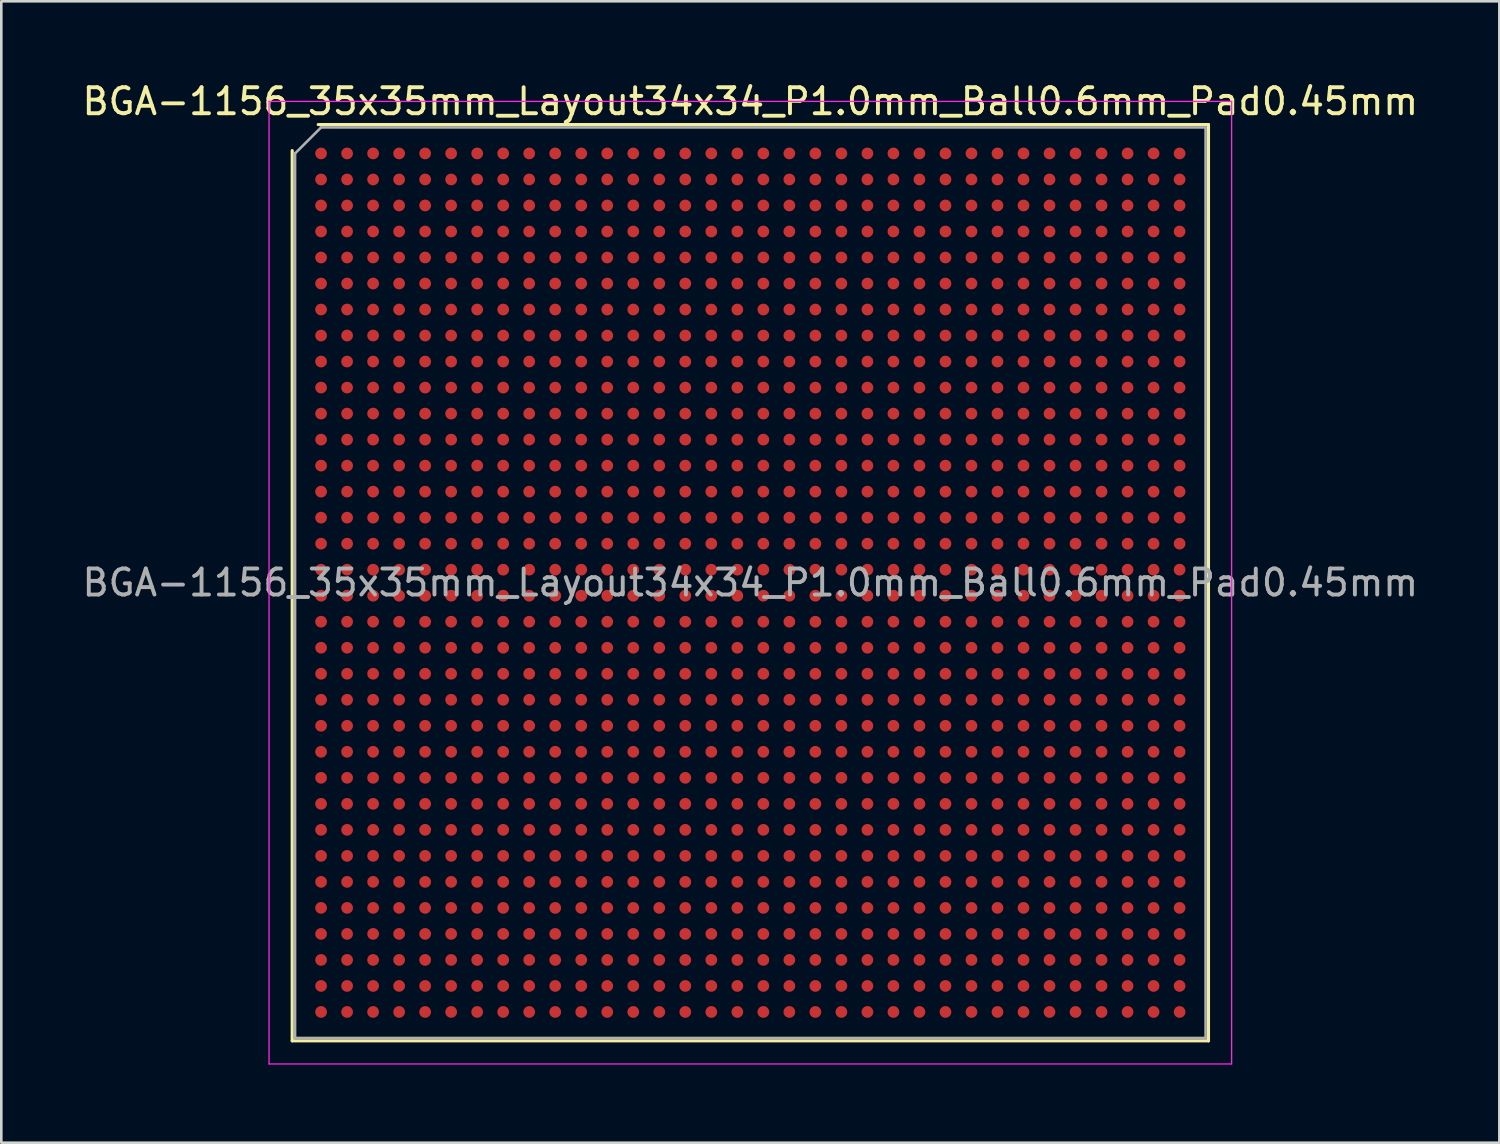
<source format=kicad_pcb>
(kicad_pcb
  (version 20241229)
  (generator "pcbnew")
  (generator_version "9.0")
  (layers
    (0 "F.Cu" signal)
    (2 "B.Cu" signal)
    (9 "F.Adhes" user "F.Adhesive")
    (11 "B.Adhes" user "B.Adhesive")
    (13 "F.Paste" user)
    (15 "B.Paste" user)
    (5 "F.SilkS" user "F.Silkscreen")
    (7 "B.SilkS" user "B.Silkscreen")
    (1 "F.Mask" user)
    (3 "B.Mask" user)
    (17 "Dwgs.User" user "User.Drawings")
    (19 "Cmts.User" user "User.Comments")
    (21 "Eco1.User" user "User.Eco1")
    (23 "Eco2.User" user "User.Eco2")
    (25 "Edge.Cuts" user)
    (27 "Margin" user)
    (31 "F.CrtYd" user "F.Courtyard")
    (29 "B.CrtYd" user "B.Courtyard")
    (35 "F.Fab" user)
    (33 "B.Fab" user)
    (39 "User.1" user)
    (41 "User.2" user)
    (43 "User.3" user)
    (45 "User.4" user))
  (footprint "BGA-1156_35x35mm_Layout34x34_P1.0mm_Ball0.6mm_Pad0.45mm"
    (layer "F.Cu")
    (at 25.792 19.348)
    (property "Reference" "BGA-1156_35x35mm_Layout34x34_P1.0mm_Ball0.6mm_Pad0.45mm" (at 0 -18.5 0) (layer "F.SilkS") (effects (font (size 1 1) (thickness 0.15))))
    (attr smd)
    (fp_line (start -17.61 17.61) (end -17.61 -16.61) (stroke (width 0.12) (type solid)) (layer "F.SilkS"))
    (fp_line (start -16.61 -17.61) (end 17.61 -17.61) (stroke (width 0.12) (type solid)) (layer "F.SilkS"))
    (fp_line (start 17.61 -17.61) (end 17.61 17.61) (stroke (width 0.12) (type solid)) (layer "F.SilkS"))
    (fp_line (start 17.61 17.61) (end -17.61 17.61) (stroke (width 0.12) (type solid)) (layer "F.SilkS"))
    (fp_line (start -18.5 -18.5) (end -18.5 18.5) (stroke (width 0.05) (type solid)) (layer "F.CrtYd"))
    (fp_line (start -18.5 18.5) (end 18.5 18.5) (stroke (width 0.05) (type solid)) (layer "F.CrtYd"))
    (fp_line (start 18.5 -18.5) (end -18.5 -18.5) (stroke (width 0.05) (type solid)) (layer "F.CrtYd"))
    (fp_line (start 18.5 18.5) (end 18.5 -18.5) (stroke (width 0.05) (type solid)) (layer "F.CrtYd"))
    (fp_line (start -17.5 -16.5) (end -16.5 -17.5) (stroke (width 0.1) (type solid)) (layer "F.Fab"))
    (fp_line (start -17.5 17.5) (end -17.5 -16.5) (stroke (width 0.1) (type solid)) (layer "F.Fab"))
    (fp_line (start -16.5 -17.5) (end 17.5 -17.5) (stroke (width 0.1) (type solid)) (layer "F.Fab"))
    (fp_line (start 17.5 -17.5) (end 17.5 17.5) (stroke (width 0.1) (type solid)) (layer "F.Fab"))
    (fp_line (start 17.5 17.5) (end -17.5 17.5) (stroke (width 0.1) (type solid)) (layer "F.Fab"))
    (fp_text user "${REFERENCE}" (at 0 0 0) (layer "F.Fab") (effects (font (size 1 1) (thickness 0.15))))
    (pad "A1" smd circle (at -16.5 -16.5) (size 0.45 0.45) (layers "F.Cu" "F.Mask" "F.Paste"))
    (pad "A2" smd circle (at -15.5 -16.5) (size 0.45 0.45) (layers "F.Cu" "F.Mask" "F.Paste"))
    (pad "A3" smd circle (at -14.5 -16.5) (size 0.45 0.45) (layers "F.Cu" "F.Mask" "F.Paste"))
    (pad "A4" smd circle (at -13.5 -16.5) (size 0.45 0.45) (layers "F.Cu" "F.Mask" "F.Paste"))
    (pad "A5" smd circle (at -12.5 -16.5) (size 0.45 0.45) (layers "F.Cu" "F.Mask" "F.Paste"))
    (pad "A6" smd circle (at -11.5 -16.5) (size 0.45 0.45) (layers "F.Cu" "F.Mask" "F.Paste"))
    (pad "A7" smd circle (at -10.5 -16.5) (size 0.45 0.45) (layers "F.Cu" "F.Mask" "F.Paste"))
    (pad "A8" smd circle (at -9.5 -16.5) (size 0.45 0.45) (layers "F.Cu" "F.Mask" "F.Paste"))
    (pad "A9" smd circle (at -8.5 -16.5) (size 0.45 0.45) (layers "F.Cu" "F.Mask" "F.Paste"))
    (pad "A10" smd circle (at -7.5 -16.5) (size 0.45 0.45) (layers "F.Cu" "F.Mask" "F.Paste"))
    (pad "A11" smd circle (at -6.5 -16.5) (size 0.45 0.45) (layers "F.Cu" "F.Mask" "F.Paste"))
    (pad "A12" smd circle (at -5.5 -16.5) (size 0.45 0.45) (layers "F.Cu" "F.Mask" "F.Paste"))
    (pad "A13" smd circle (at -4.5 -16.5) (size 0.45 0.45) (layers "F.Cu" "F.Mask" "F.Paste"))
    (pad "A14" smd circle (at -3.5 -16.5) (size 0.45 0.45) (layers "F.Cu" "F.Mask" "F.Paste"))
    (pad "A15" smd circle (at -2.5 -16.5) (size 0.45 0.45) (layers "F.Cu" "F.Mask" "F.Paste"))
    (pad "A16" smd circle (at -1.5 -16.5) (size 0.45 0.45) (layers "F.Cu" "F.Mask" "F.Paste"))
    (pad "A17" smd circle (at -0.5 -16.5) (size 0.45 0.45) (layers "F.Cu" "F.Mask" "F.Paste"))
    (pad "A18" smd circle (at 0.5 -16.5) (size 0.45 0.45) (layers "F.Cu" "F.Mask" "F.Paste"))
    (pad "A19" smd circle (at 1.5 -16.5) (size 0.45 0.45) (layers "F.Cu" "F.Mask" "F.Paste"))
    (pad "A20" smd circle (at 2.5 -16.5) (size 0.45 0.45) (layers "F.Cu" "F.Mask" "F.Paste"))
    (pad "A21" smd circle (at 3.5 -16.5) (size 0.45 0.45) (layers "F.Cu" "F.Mask" "F.Paste"))
    (pad "A22" smd circle (at 4.5 -16.5) (size 0.45 0.45) (layers "F.Cu" "F.Mask" "F.Paste"))
    (pad "A23" smd circle (at 5.5 -16.5) (size 0.45 0.45) (layers "F.Cu" "F.Mask" "F.Paste"))
    (pad "A24" smd circle (at 6.5 -16.5) (size 0.45 0.45) (layers "F.Cu" "F.Mask" "F.Paste"))
    (pad "A25" smd circle (at 7.5 -16.5) (size 0.45 0.45) (layers "F.Cu" "F.Mask" "F.Paste"))
    (pad "A26" smd circle (at 8.5 -16.5) (size 0.45 0.45) (layers "F.Cu" "F.Mask" "F.Paste"))
    (pad "A27" smd circle (at 9.5 -16.5) (size 0.45 0.45) (layers "F.Cu" "F.Mask" "F.Paste"))
    (pad "A28" smd circle (at 10.5 -16.5) (size 0.45 0.45) (layers "F.Cu" "F.Mask" "F.Paste"))
    (pad "A29" smd circle (at 11.5 -16.5) (size 0.45 0.45) (layers "F.Cu" "F.Mask" "F.Paste"))
    (pad "A30" smd circle (at 12.5 -16.5) (size 0.45 0.45) (layers "F.Cu" "F.Mask" "F.Paste"))
    (pad "A31" smd circle (at 13.5 -16.5) (size 0.45 0.45) (layers "F.Cu" "F.Mask" "F.Paste"))
    (pad "A32" smd circle (at 14.5 -16.5) (size 0.45 0.45) (layers "F.Cu" "F.Mask" "F.Paste"))
    (pad "A33" smd circle (at 15.5 -16.5) (size 0.45 0.45) (layers "F.Cu" "F.Mask" "F.Paste"))
    (pad "A34" smd circle (at 16.5 -16.5) (size 0.45 0.45) (layers "F.Cu" "F.Mask" "F.Paste"))
    (pad "AA1" smd circle (at -16.5 3.5) (size 0.45 0.45) (layers "F.Cu" "F.Mask" "F.Paste"))
    (pad "AA2" smd circle (at -15.5 3.5) (size 0.45 0.45) (layers "F.Cu" "F.Mask" "F.Paste"))
    (pad "AA3" smd circle (at -14.5 3.5) (size 0.45 0.45) (layers "F.Cu" "F.Mask" "F.Paste"))
    (pad "AA4" smd circle (at -13.5 3.5) (size 0.45 0.45) (layers "F.Cu" "F.Mask" "F.Paste"))
    (pad "AA5" smd circle (at -12.5 3.5) (size 0.45 0.45) (layers "F.Cu" "F.Mask" "F.Paste"))
    (pad "AA6" smd circle (at -11.5 3.5) (size 0.45 0.45) (layers "F.Cu" "F.Mask" "F.Paste"))
    (pad "AA7" smd circle (at -10.5 3.5) (size 0.45 0.45) (layers "F.Cu" "F.Mask" "F.Paste"))
    (pad "AA8" smd circle (at -9.5 3.5) (size 0.45 0.45) (layers "F.Cu" "F.Mask" "F.Paste"))
    (pad "AA9" smd circle (at -8.5 3.5) (size 0.45 0.45) (layers "F.Cu" "F.Mask" "F.Paste"))
    (pad "AA10" smd circle (at -7.5 3.5) (size 0.45 0.45) (layers "F.Cu" "F.Mask" "F.Paste"))
    (pad "AA11" smd circle (at -6.5 3.5) (size 0.45 0.45) (layers "F.Cu" "F.Mask" "F.Paste"))
    (pad "AA12" smd circle (at -5.5 3.5) (size 0.45 0.45) (layers "F.Cu" "F.Mask" "F.Paste"))
    (pad "AA13" smd circle (at -4.5 3.5) (size 0.45 0.45) (layers "F.Cu" "F.Mask" "F.Paste"))
    (pad "AA14" smd circle (at -3.5 3.5) (size 0.45 0.45) (layers "F.Cu" "F.Mask" "F.Paste"))
    (pad "AA15" smd circle (at -2.5 3.5) (size 0.45 0.45) (layers "F.Cu" "F.Mask" "F.Paste"))
    (pad "AA16" smd circle (at -1.5 3.5) (size 0.45 0.45) (layers "F.Cu" "F.Mask" "F.Paste"))
    (pad "AA17" smd circle (at -0.5 3.5) (size 0.45 0.45) (layers "F.Cu" "F.Mask" "F.Paste"))
    (pad "AA18" smd circle (at 0.5 3.5) (size 0.45 0.45) (layers "F.Cu" "F.Mask" "F.Paste"))
    (pad "AA19" smd circle (at 1.5 3.5) (size 0.45 0.45) (layers "F.Cu" "F.Mask" "F.Paste"))
    (pad "AA20" smd circle (at 2.5 3.5) (size 0.45 0.45) (layers "F.Cu" "F.Mask" "F.Paste"))
    (pad "AA21" smd circle (at 3.5 3.5) (size 0.45 0.45) (layers "F.Cu" "F.Mask" "F.Paste"))
    (pad "AA22" smd circle (at 4.5 3.5) (size 0.45 0.45) (layers "F.Cu" "F.Mask" "F.Paste"))
    (pad "AA23" smd circle (at 5.5 3.5) (size 0.45 0.45) (layers "F.Cu" "F.Mask" "F.Paste"))
    (pad "AA24" smd circle (at 6.5 3.5) (size 0.45 0.45) (layers "F.Cu" "F.Mask" "F.Paste"))
    (pad "AA25" smd circle (at 7.5 3.5) (size 0.45 0.45) (layers "F.Cu" "F.Mask" "F.Paste"))
    (pad "AA26" smd circle (at 8.5 3.5) (size 0.45 0.45) (layers "F.Cu" "F.Mask" "F.Paste"))
    (pad "AA27" smd circle (at 9.5 3.5) (size 0.45 0.45) (layers "F.Cu" "F.Mask" "F.Paste"))
    (pad "AA28" smd circle (at 10.5 3.5) (size 0.45 0.45) (layers "F.Cu" "F.Mask" "F.Paste"))
    (pad "AA29" smd circle (at 11.5 3.5) (size 0.45 0.45) (layers "F.Cu" "F.Mask" "F.Paste"))
    (pad "AA30" smd circle (at 12.5 3.5) (size 0.45 0.45) (layers "F.Cu" "F.Mask" "F.Paste"))
    (pad "AA31" smd circle (at 13.5 3.5) (size 0.45 0.45) (layers "F.Cu" "F.Mask" "F.Paste"))
    (pad "AA32" smd circle (at 14.5 3.5) (size 0.45 0.45) (layers "F.Cu" "F.Mask" "F.Paste"))
    (pad "AA33" smd circle (at 15.5 3.5) (size 0.45 0.45) (layers "F.Cu" "F.Mask" "F.Paste"))
    (pad "AA34" smd circle (at 16.5 3.5) (size 0.45 0.45) (layers "F.Cu" "F.Mask" "F.Paste"))
    (pad "AB1" smd circle (at -16.5 4.5) (size 0.45 0.45) (layers "F.Cu" "F.Mask" "F.Paste"))
    (pad "AB2" smd circle (at -15.5 4.5) (size 0.45 0.45) (layers "F.Cu" "F.Mask" "F.Paste"))
    (pad "AB3" smd circle (at -14.5 4.5) (size 0.45 0.45) (layers "F.Cu" "F.Mask" "F.Paste"))
    (pad "AB4" smd circle (at -13.5 4.5) (size 0.45 0.45) (layers "F.Cu" "F.Mask" "F.Paste"))
    (pad "AB5" smd circle (at -12.5 4.5) (size 0.45 0.45) (layers "F.Cu" "F.Mask" "F.Paste"))
    (pad "AB6" smd circle (at -11.5 4.5) (size 0.45 0.45) (layers "F.Cu" "F.Mask" "F.Paste"))
    (pad "AB7" smd circle (at -10.5 4.5) (size 0.45 0.45) (layers "F.Cu" "F.Mask" "F.Paste"))
    (pad "AB8" smd circle (at -9.5 4.5) (size 0.45 0.45) (layers "F.Cu" "F.Mask" "F.Paste"))
    (pad "AB9" smd circle (at -8.5 4.5) (size 0.45 0.45) (layers "F.Cu" "F.Mask" "F.Paste"))
    (pad "AB10" smd circle (at -7.5 4.5) (size 0.45 0.45) (layers "F.Cu" "F.Mask" "F.Paste"))
    (pad "AB11" smd circle (at -6.5 4.5) (size 0.45 0.45) (layers "F.Cu" "F.Mask" "F.Paste"))
    (pad "AB12" smd circle (at -5.5 4.5) (size 0.45 0.45) (layers "F.Cu" "F.Mask" "F.Paste"))
    (pad "AB13" smd circle (at -4.5 4.5) (size 0.45 0.45) (layers "F.Cu" "F.Mask" "F.Paste"))
    (pad "AB14" smd circle (at -3.5 4.5) (size 0.45 0.45) (layers "F.Cu" "F.Mask" "F.Paste"))
    (pad "AB15" smd circle (at -2.5 4.5) (size 0.45 0.45) (layers "F.Cu" "F.Mask" "F.Paste"))
    (pad "AB16" smd circle (at -1.5 4.5) (size 0.45 0.45) (layers "F.Cu" "F.Mask" "F.Paste"))
    (pad "AB17" smd circle (at -0.5 4.5) (size 0.45 0.45) (layers "F.Cu" "F.Mask" "F.Paste"))
    (pad "AB18" smd circle (at 0.5 4.5) (size 0.45 0.45) (layers "F.Cu" "F.Mask" "F.Paste"))
    (pad "AB19" smd circle (at 1.5 4.5) (size 0.45 0.45) (layers "F.Cu" "F.Mask" "F.Paste"))
    (pad "AB20" smd circle (at 2.5 4.5) (size 0.45 0.45) (layers "F.Cu" "F.Mask" "F.Paste"))
    (pad "AB21" smd circle (at 3.5 4.5) (size 0.45 0.45) (layers "F.Cu" "F.Mask" "F.Paste"))
    (pad "AB22" smd circle (at 4.5 4.5) (size 0.45 0.45) (layers "F.Cu" "F.Mask" "F.Paste"))
    (pad "AB23" smd circle (at 5.5 4.5) (size 0.45 0.45) (layers "F.Cu" "F.Mask" "F.Paste"))
    (pad "AB24" smd circle (at 6.5 4.5) (size 0.45 0.45) (layers "F.Cu" "F.Mask" "F.Paste"))
    (pad "AB25" smd circle (at 7.5 4.5) (size 0.45 0.45) (layers "F.Cu" "F.Mask" "F.Paste"))
    (pad "AB26" smd circle (at 8.5 4.5) (size 0.45 0.45) (layers "F.Cu" "F.Mask" "F.Paste"))
    (pad "AB27" smd circle (at 9.5 4.5) (size 0.45 0.45) (layers "F.Cu" "F.Mask" "F.Paste"))
    (pad "AB28" smd circle (at 10.5 4.5) (size 0.45 0.45) (layers "F.Cu" "F.Mask" "F.Paste"))
    (pad "AB29" smd circle (at 11.5 4.5) (size 0.45 0.45) (layers "F.Cu" "F.Mask" "F.Paste"))
    (pad "AB30" smd circle (at 12.5 4.5) (size 0.45 0.45) (layers "F.Cu" "F.Mask" "F.Paste"))
    (pad "AB31" smd circle (at 13.5 4.5) (size 0.45 0.45) (layers "F.Cu" "F.Mask" "F.Paste"))
    (pad "AB32" smd circle (at 14.5 4.5) (size 0.45 0.45) (layers "F.Cu" "F.Mask" "F.Paste"))
    (pad "AB33" smd circle (at 15.5 4.5) (size 0.45 0.45) (layers "F.Cu" "F.Mask" "F.Paste"))
    (pad "AB34" smd circle (at 16.5 4.5) (size 0.45 0.45) (layers "F.Cu" "F.Mask" "F.Paste"))
    (pad "AC1" smd circle (at -16.5 5.5) (size 0.45 0.45) (layers "F.Cu" "F.Mask" "F.Paste"))
    (pad "AC2" smd circle (at -15.5 5.5) (size 0.45 0.45) (layers "F.Cu" "F.Mask" "F.Paste"))
    (pad "AC3" smd circle (at -14.5 5.5) (size 0.45 0.45) (layers "F.Cu" "F.Mask" "F.Paste"))
    (pad "AC4" smd circle (at -13.5 5.5) (size 0.45 0.45) (layers "F.Cu" "F.Mask" "F.Paste"))
    (pad "AC5" smd circle (at -12.5 5.5) (size 0.45 0.45) (layers "F.Cu" "F.Mask" "F.Paste"))
    (pad "AC6" smd circle (at -11.5 5.5) (size 0.45 0.45) (layers "F.Cu" "F.Mask" "F.Paste"))
    (pad "AC7" smd circle (at -10.5 5.5) (size 0.45 0.45) (layers "F.Cu" "F.Mask" "F.Paste"))
    (pad "AC8" smd circle (at -9.5 5.5) (size 0.45 0.45) (layers "F.Cu" "F.Mask" "F.Paste"))
    (pad "AC9" smd circle (at -8.5 5.5) (size 0.45 0.45) (layers "F.Cu" "F.Mask" "F.Paste"))
    (pad "AC10" smd circle (at -7.5 5.5) (size 0.45 0.45) (layers "F.Cu" "F.Mask" "F.Paste"))
    (pad "AC11" smd circle (at -6.5 5.5) (size 0.45 0.45) (layers "F.Cu" "F.Mask" "F.Paste"))
    (pad "AC12" smd circle (at -5.5 5.5) (size 0.45 0.45) (layers "F.Cu" "F.Mask" "F.Paste"))
    (pad "AC13" smd circle (at -4.5 5.5) (size 0.45 0.45) (layers "F.Cu" "F.Mask" "F.Paste"))
    (pad "AC14" smd circle (at -3.5 5.5) (size 0.45 0.45) (layers "F.Cu" "F.Mask" "F.Paste"))
    (pad "AC15" smd circle (at -2.5 5.5) (size 0.45 0.45) (layers "F.Cu" "F.Mask" "F.Paste"))
    (pad "AC16" smd circle (at -1.5 5.5) (size 0.45 0.45) (layers "F.Cu" "F.Mask" "F.Paste"))
    (pad "AC17" smd circle (at -0.5 5.5) (size 0.45 0.45) (layers "F.Cu" "F.Mask" "F.Paste"))
    (pad "AC18" smd circle (at 0.5 5.5) (size 0.45 0.45) (layers "F.Cu" "F.Mask" "F.Paste"))
    (pad "AC19" smd circle (at 1.5 5.5) (size 0.45 0.45) (layers "F.Cu" "F.Mask" "F.Paste"))
    (pad "AC20" smd circle (at 2.5 5.5) (size 0.45 0.45) (layers "F.Cu" "F.Mask" "F.Paste"))
    (pad "AC21" smd circle (at 3.5 5.5) (size 0.45 0.45) (layers "F.Cu" "F.Mask" "F.Paste"))
    (pad "AC22" smd circle (at 4.5 5.5) (size 0.45 0.45) (layers "F.Cu" "F.Mask" "F.Paste"))
    (pad "AC23" smd circle (at 5.5 5.5) (size 0.45 0.45) (layers "F.Cu" "F.Mask" "F.Paste"))
    (pad "AC24" smd circle (at 6.5 5.5) (size 0.45 0.45) (layers "F.Cu" "F.Mask" "F.Paste"))
    (pad "AC25" smd circle (at 7.5 5.5) (size 0.45 0.45) (layers "F.Cu" "F.Mask" "F.Paste"))
    (pad "AC26" smd circle (at 8.5 5.5) (size 0.45 0.45) (layers "F.Cu" "F.Mask" "F.Paste"))
    (pad "AC27" smd circle (at 9.5 5.5) (size 0.45 0.45) (layers "F.Cu" "F.Mask" "F.Paste"))
    (pad "AC28" smd circle (at 10.5 5.5) (size 0.45 0.45) (layers "F.Cu" "F.Mask" "F.Paste"))
    (pad "AC29" smd circle (at 11.5 5.5) (size 0.45 0.45) (layers "F.Cu" "F.Mask" "F.Paste"))
    (pad "AC30" smd circle (at 12.5 5.5) (size 0.45 0.45) (layers "F.Cu" "F.Mask" "F.Paste"))
    (pad "AC31" smd circle (at 13.5 5.5) (size 0.45 0.45) (layers "F.Cu" "F.Mask" "F.Paste"))
    (pad "AC32" smd circle (at 14.5 5.5) (size 0.45 0.45) (layers "F.Cu" "F.Mask" "F.Paste"))
    (pad "AC33" smd circle (at 15.5 5.5) (size 0.45 0.45) (layers "F.Cu" "F.Mask" "F.Paste"))
    (pad "AC34" smd circle (at 16.5 5.5) (size 0.45 0.45) (layers "F.Cu" "F.Mask" "F.Paste"))
    (pad "AD1" smd circle (at -16.5 6.5) (size 0.45 0.45) (layers "F.Cu" "F.Mask" "F.Paste"))
    (pad "AD2" smd circle (at -15.5 6.5) (size 0.45 0.45) (layers "F.Cu" "F.Mask" "F.Paste"))
    (pad "AD3" smd circle (at -14.5 6.5) (size 0.45 0.45) (layers "F.Cu" "F.Mask" "F.Paste"))
    (pad "AD4" smd circle (at -13.5 6.5) (size 0.45 0.45) (layers "F.Cu" "F.Mask" "F.Paste"))
    (pad "AD5" smd circle (at -12.5 6.5) (size 0.45 0.45) (layers "F.Cu" "F.Mask" "F.Paste"))
    (pad "AD6" smd circle (at -11.5 6.5) (size 0.45 0.45) (layers "F.Cu" "F.Mask" "F.Paste"))
    (pad "AD7" smd circle (at -10.5 6.5) (size 0.45 0.45) (layers "F.Cu" "F.Mask" "F.Paste"))
    (pad "AD8" smd circle (at -9.5 6.5) (size 0.45 0.45) (layers "F.Cu" "F.Mask" "F.Paste"))
    (pad "AD9" smd circle (at -8.5 6.5) (size 0.45 0.45) (layers "F.Cu" "F.Mask" "F.Paste"))
    (pad "AD10" smd circle (at -7.5 6.5) (size 0.45 0.45) (layers "F.Cu" "F.Mask" "F.Paste"))
    (pad "AD11" smd circle (at -6.5 6.5) (size 0.45 0.45) (layers "F.Cu" "F.Mask" "F.Paste"))
    (pad "AD12" smd circle (at -5.5 6.5) (size 0.45 0.45) (layers "F.Cu" "F.Mask" "F.Paste"))
    (pad "AD13" smd circle (at -4.5 6.5) (size 0.45 0.45) (layers "F.Cu" "F.Mask" "F.Paste"))
    (pad "AD14" smd circle (at -3.5 6.5) (size 0.45 0.45) (layers "F.Cu" "F.Mask" "F.Paste"))
    (pad "AD15" smd circle (at -2.5 6.5) (size 0.45 0.45) (layers "F.Cu" "F.Mask" "F.Paste"))
    (pad "AD16" smd circle (at -1.5 6.5) (size 0.45 0.45) (layers "F.Cu" "F.Mask" "F.Paste"))
    (pad "AD17" smd circle (at -0.5 6.5) (size 0.45 0.45) (layers "F.Cu" "F.Mask" "F.Paste"))
    (pad "AD18" smd circle (at 0.5 6.5) (size 0.45 0.45) (layers "F.Cu" "F.Mask" "F.Paste"))
    (pad "AD19" smd circle (at 1.5 6.5) (size 0.45 0.45) (layers "F.Cu" "F.Mask" "F.Paste"))
    (pad "AD20" smd circle (at 2.5 6.5) (size 0.45 0.45) (layers "F.Cu" "F.Mask" "F.Paste"))
    (pad "AD21" smd circle (at 3.5 6.5) (size 0.45 0.45) (layers "F.Cu" "F.Mask" "F.Paste"))
    (pad "AD22" smd circle (at 4.5 6.5) (size 0.45 0.45) (layers "F.Cu" "F.Mask" "F.Paste"))
    (pad "AD23" smd circle (at 5.5 6.5) (size 0.45 0.45) (layers "F.Cu" "F.Mask" "F.Paste"))
    (pad "AD24" smd circle (at 6.5 6.5) (size 0.45 0.45) (layers "F.Cu" "F.Mask" "F.Paste"))
    (pad "AD25" smd circle (at 7.5 6.5) (size 0.45 0.45) (layers "F.Cu" "F.Mask" "F.Paste"))
    (pad "AD26" smd circle (at 8.5 6.5) (size 0.45 0.45) (layers "F.Cu" "F.Mask" "F.Paste"))
    (pad "AD27" smd circle (at 9.5 6.5) (size 0.45 0.45) (layers "F.Cu" "F.Mask" "F.Paste"))
    (pad "AD28" smd circle (at 10.5 6.5) (size 0.45 0.45) (layers "F.Cu" "F.Mask" "F.Paste"))
    (pad "AD29" smd circle (at 11.5 6.5) (size 0.45 0.45) (layers "F.Cu" "F.Mask" "F.Paste"))
    (pad "AD30" smd circle (at 12.5 6.5) (size 0.45 0.45) (layers "F.Cu" "F.Mask" "F.Paste"))
    (pad "AD31" smd circle (at 13.5 6.5) (size 0.45 0.45) (layers "F.Cu" "F.Mask" "F.Paste"))
    (pad "AD32" smd circle (at 14.5 6.5) (size 0.45 0.45) (layers "F.Cu" "F.Mask" "F.Paste"))
    (pad "AD33" smd circle (at 15.5 6.5) (size 0.45 0.45) (layers "F.Cu" "F.Mask" "F.Paste"))
    (pad "AD34" smd circle (at 16.5 6.5) (size 0.45 0.45) (layers "F.Cu" "F.Mask" "F.Paste"))
    (pad "AE1" smd circle (at -16.5 7.5) (size 0.45 0.45) (layers "F.Cu" "F.Mask" "F.Paste"))
    (pad "AE2" smd circle (at -15.5 7.5) (size 0.45 0.45) (layers "F.Cu" "F.Mask" "F.Paste"))
    (pad "AE3" smd circle (at -14.5 7.5) (size 0.45 0.45) (layers "F.Cu" "F.Mask" "F.Paste"))
    (pad "AE4" smd circle (at -13.5 7.5) (size 0.45 0.45) (layers "F.Cu" "F.Mask" "F.Paste"))
    (pad "AE5" smd circle (at -12.5 7.5) (size 0.45 0.45) (layers "F.Cu" "F.Mask" "F.Paste"))
    (pad "AE6" smd circle (at -11.5 7.5) (size 0.45 0.45) (layers "F.Cu" "F.Mask" "F.Paste"))
    (pad "AE7" smd circle (at -10.5 7.5) (size 0.45 0.45) (layers "F.Cu" "F.Mask" "F.Paste"))
    (pad "AE8" smd circle (at -9.5 7.5) (size 0.45 0.45) (layers "F.Cu" "F.Mask" "F.Paste"))
    (pad "AE9" smd circle (at -8.5 7.5) (size 0.45 0.45) (layers "F.Cu" "F.Mask" "F.Paste"))
    (pad "AE10" smd circle (at -7.5 7.5) (size 0.45 0.45) (layers "F.Cu" "F.Mask" "F.Paste"))
    (pad "AE11" smd circle (at -6.5 7.5) (size 0.45 0.45) (layers "F.Cu" "F.Mask" "F.Paste"))
    (pad "AE12" smd circle (at -5.5 7.5) (size 0.45 0.45) (layers "F.Cu" "F.Mask" "F.Paste"))
    (pad "AE13" smd circle (at -4.5 7.5) (size 0.45 0.45) (layers "F.Cu" "F.Mask" "F.Paste"))
    (pad "AE14" smd circle (at -3.5 7.5) (size 0.45 0.45) (layers "F.Cu" "F.Mask" "F.Paste"))
    (pad "AE15" smd circle (at -2.5 7.5) (size 0.45 0.45) (layers "F.Cu" "F.Mask" "F.Paste"))
    (pad "AE16" smd circle (at -1.5 7.5) (size 0.45 0.45) (layers "F.Cu" "F.Mask" "F.Paste"))
    (pad "AE17" smd circle (at -0.5 7.5) (size 0.45 0.45) (layers "F.Cu" "F.Mask" "F.Paste"))
    (pad "AE18" smd circle (at 0.5 7.5) (size 0.45 0.45) (layers "F.Cu" "F.Mask" "F.Paste"))
    (pad "AE19" smd circle (at 1.5 7.5) (size 0.45 0.45) (layers "F.Cu" "F.Mask" "F.Paste"))
    (pad "AE20" smd circle (at 2.5 7.5) (size 0.45 0.45) (layers "F.Cu" "F.Mask" "F.Paste"))
    (pad "AE21" smd circle (at 3.5 7.5) (size 0.45 0.45) (layers "F.Cu" "F.Mask" "F.Paste"))
    (pad "AE22" smd circle (at 4.5 7.5) (size 0.45 0.45) (layers "F.Cu" "F.Mask" "F.Paste"))
    (pad "AE23" smd circle (at 5.5 7.5) (size 0.45 0.45) (layers "F.Cu" "F.Mask" "F.Paste"))
    (pad "AE24" smd circle (at 6.5 7.5) (size 0.45 0.45) (layers "F.Cu" "F.Mask" "F.Paste"))
    (pad "AE25" smd circle (at 7.5 7.5) (size 0.45 0.45) (layers "F.Cu" "F.Mask" "F.Paste"))
    (pad "AE26" smd circle (at 8.5 7.5) (size 0.45 0.45) (layers "F.Cu" "F.Mask" "F.Paste"))
    (pad "AE27" smd circle (at 9.5 7.5) (size 0.45 0.45) (layers "F.Cu" "F.Mask" "F.Paste"))
    (pad "AE28" smd circle (at 10.5 7.5) (size 0.45 0.45) (layers "F.Cu" "F.Mask" "F.Paste"))
    (pad "AE29" smd circle (at 11.5 7.5) (size 0.45 0.45) (layers "F.Cu" "F.Mask" "F.Paste"))
    (pad "AE30" smd circle (at 12.5 7.5) (size 0.45 0.45) (layers "F.Cu" "F.Mask" "F.Paste"))
    (pad "AE31" smd circle (at 13.5 7.5) (size 0.45 0.45) (layers "F.Cu" "F.Mask" "F.Paste"))
    (pad "AE32" smd circle (at 14.5 7.5) (size 0.45 0.45) (layers "F.Cu" "F.Mask" "F.Paste"))
    (pad "AE33" smd circle (at 15.5 7.5) (size 0.45 0.45) (layers "F.Cu" "F.Mask" "F.Paste"))
    (pad "AE34" smd circle (at 16.5 7.5) (size 0.45 0.45) (layers "F.Cu" "F.Mask" "F.Paste"))
    (pad "AF1" smd circle (at -16.5 8.5) (size 0.45 0.45) (layers "F.Cu" "F.Mask" "F.Paste"))
    (pad "AF2" smd circle (at -15.5 8.5) (size 0.45 0.45) (layers "F.Cu" "F.Mask" "F.Paste"))
    (pad "AF3" smd circle (at -14.5 8.5) (size 0.45 0.45) (layers "F.Cu" "F.Mask" "F.Paste"))
    (pad "AF4" smd circle (at -13.5 8.5) (size 0.45 0.45) (layers "F.Cu" "F.Mask" "F.Paste"))
    (pad "AF5" smd circle (at -12.5 8.5) (size 0.45 0.45) (layers "F.Cu" "F.Mask" "F.Paste"))
    (pad "AF6" smd circle (at -11.5 8.5) (size 0.45 0.45) (layers "F.Cu" "F.Mask" "F.Paste"))
    (pad "AF7" smd circle (at -10.5 8.5) (size 0.45 0.45) (layers "F.Cu" "F.Mask" "F.Paste"))
    (pad "AF8" smd circle (at -9.5 8.5) (size 0.45 0.45) (layers "F.Cu" "F.Mask" "F.Paste"))
    (pad "AF9" smd circle (at -8.5 8.5) (size 0.45 0.45) (layers "F.Cu" "F.Mask" "F.Paste"))
    (pad "AF10" smd circle (at -7.5 8.5) (size 0.45 0.45) (layers "F.Cu" "F.Mask" "F.Paste"))
    (pad "AF11" smd circle (at -6.5 8.5) (size 0.45 0.45) (layers "F.Cu" "F.Mask" "F.Paste"))
    (pad "AF12" smd circle (at -5.5 8.5) (size 0.45 0.45) (layers "F.Cu" "F.Mask" "F.Paste"))
    (pad "AF13" smd circle (at -4.5 8.5) (size 0.45 0.45) (layers "F.Cu" "F.Mask" "F.Paste"))
    (pad "AF14" smd circle (at -3.5 8.5) (size 0.45 0.45) (layers "F.Cu" "F.Mask" "F.Paste"))
    (pad "AF15" smd circle (at -2.5 8.5) (size 0.45 0.45) (layers "F.Cu" "F.Mask" "F.Paste"))
    (pad "AF16" smd circle (at -1.5 8.5) (size 0.45 0.45) (layers "F.Cu" "F.Mask" "F.Paste"))
    (pad "AF17" smd circle (at -0.5 8.5) (size 0.45 0.45) (layers "F.Cu" "F.Mask" "F.Paste"))
    (pad "AF18" smd circle (at 0.5 8.5) (size 0.45 0.45) (layers "F.Cu" "F.Mask" "F.Paste"))
    (pad "AF19" smd circle (at 1.5 8.5) (size 0.45 0.45) (layers "F.Cu" "F.Mask" "F.Paste"))
    (pad "AF20" smd circle (at 2.5 8.5) (size 0.45 0.45) (layers "F.Cu" "F.Mask" "F.Paste"))
    (pad "AF21" smd circle (at 3.5 8.5) (size 0.45 0.45) (layers "F.Cu" "F.Mask" "F.Paste"))
    (pad "AF22" smd circle (at 4.5 8.5) (size 0.45 0.45) (layers "F.Cu" "F.Mask" "F.Paste"))
    (pad "AF23" smd circle (at 5.5 8.5) (size 0.45 0.45) (layers "F.Cu" "F.Mask" "F.Paste"))
    (pad "AF24" smd circle (at 6.5 8.5) (size 0.45 0.45) (layers "F.Cu" "F.Mask" "F.Paste"))
    (pad "AF25" smd circle (at 7.5 8.5) (size 0.45 0.45) (layers "F.Cu" "F.Mask" "F.Paste"))
    (pad "AF26" smd circle (at 8.5 8.5) (size 0.45 0.45) (layers "F.Cu" "F.Mask" "F.Paste"))
    (pad "AF27" smd circle (at 9.5 8.5) (size 0.45 0.45) (layers "F.Cu" "F.Mask" "F.Paste"))
    (pad "AF28" smd circle (at 10.5 8.5) (size 0.45 0.45) (layers "F.Cu" "F.Mask" "F.Paste"))
    (pad "AF29" smd circle (at 11.5 8.5) (size 0.45 0.45) (layers "F.Cu" "F.Mask" "F.Paste"))
    (pad "AF30" smd circle (at 12.5 8.5) (size 0.45 0.45) (layers "F.Cu" "F.Mask" "F.Paste"))
    (pad "AF31" smd circle (at 13.5 8.5) (size 0.45 0.45) (layers "F.Cu" "F.Mask" "F.Paste"))
    (pad "AF32" smd circle (at 14.5 8.5) (size 0.45 0.45) (layers "F.Cu" "F.Mask" "F.Paste"))
    (pad "AF33" smd circle (at 15.5 8.5) (size 0.45 0.45) (layers "F.Cu" "F.Mask" "F.Paste"))
    (pad "AF34" smd circle (at 16.5 8.5) (size 0.45 0.45) (layers "F.Cu" "F.Mask" "F.Paste"))
    (pad "AG1" smd circle (at -16.5 9.5) (size 0.45 0.45) (layers "F.Cu" "F.Mask" "F.Paste"))
    (pad "AG2" smd circle (at -15.5 9.5) (size 0.45 0.45) (layers "F.Cu" "F.Mask" "F.Paste"))
    (pad "AG3" smd circle (at -14.5 9.5) (size 0.45 0.45) (layers "F.Cu" "F.Mask" "F.Paste"))
    (pad "AG4" smd circle (at -13.5 9.5) (size 0.45 0.45) (layers "F.Cu" "F.Mask" "F.Paste"))
    (pad "AG5" smd circle (at -12.5 9.5) (size 0.45 0.45) (layers "F.Cu" "F.Mask" "F.Paste"))
    (pad "AG6" smd circle (at -11.5 9.5) (size 0.45 0.45) (layers "F.Cu" "F.Mask" "F.Paste"))
    (pad "AG7" smd circle (at -10.5 9.5) (size 0.45 0.45) (layers "F.Cu" "F.Mask" "F.Paste"))
    (pad "AG8" smd circle (at -9.5 9.5) (size 0.45 0.45) (layers "F.Cu" "F.Mask" "F.Paste"))
    (pad "AG9" smd circle (at -8.5 9.5) (size 0.45 0.45) (layers "F.Cu" "F.Mask" "F.Paste"))
    (pad "AG10" smd circle (at -7.5 9.5) (size 0.45 0.45) (layers "F.Cu" "F.Mask" "F.Paste"))
    (pad "AG11" smd circle (at -6.5 9.5) (size 0.45 0.45) (layers "F.Cu" "F.Mask" "F.Paste"))
    (pad "AG12" smd circle (at -5.5 9.5) (size 0.45 0.45) (layers "F.Cu" "F.Mask" "F.Paste"))
    (pad "AG13" smd circle (at -4.5 9.5) (size 0.45 0.45) (layers "F.Cu" "F.Mask" "F.Paste"))
    (pad "AG14" smd circle (at -3.5 9.5) (size 0.45 0.45) (layers "F.Cu" "F.Mask" "F.Paste"))
    (pad "AG15" smd circle (at -2.5 9.5) (size 0.45 0.45) (layers "F.Cu" "F.Mask" "F.Paste"))
    (pad "AG16" smd circle (at -1.5 9.5) (size 0.45 0.45) (layers "F.Cu" "F.Mask" "F.Paste"))
    (pad "AG17" smd circle (at -0.5 9.5) (size 0.45 0.45) (layers "F.Cu" "F.Mask" "F.Paste"))
    (pad "AG18" smd circle (at 0.5 9.5) (size 0.45 0.45) (layers "F.Cu" "F.Mask" "F.Paste"))
    (pad "AG19" smd circle (at 1.5 9.5) (size 0.45 0.45) (layers "F.Cu" "F.Mask" "F.Paste"))
    (pad "AG20" smd circle (at 2.5 9.5) (size 0.45 0.45) (layers "F.Cu" "F.Mask" "F.Paste"))
    (pad "AG21" smd circle (at 3.5 9.5) (size 0.45 0.45) (layers "F.Cu" "F.Mask" "F.Paste"))
    (pad "AG22" smd circle (at 4.5 9.5) (size 0.45 0.45) (layers "F.Cu" "F.Mask" "F.Paste"))
    (pad "AG23" smd circle (at 5.5 9.5) (size 0.45 0.45) (layers "F.Cu" "F.Mask" "F.Paste"))
    (pad "AG24" smd circle (at 6.5 9.5) (size 0.45 0.45) (layers "F.Cu" "F.Mask" "F.Paste"))
    (pad "AG25" smd circle (at 7.5 9.5) (size 0.45 0.45) (layers "F.Cu" "F.Mask" "F.Paste"))
    (pad "AG26" smd circle (at 8.5 9.5) (size 0.45 0.45) (layers "F.Cu" "F.Mask" "F.Paste"))
    (pad "AG27" smd circle (at 9.5 9.5) (size 0.45 0.45) (layers "F.Cu" "F.Mask" "F.Paste"))
    (pad "AG28" smd circle (at 10.5 9.5) (size 0.45 0.45) (layers "F.Cu" "F.Mask" "F.Paste"))
    (pad "AG29" smd circle (at 11.5 9.5) (size 0.45 0.45) (layers "F.Cu" "F.Mask" "F.Paste"))
    (pad "AG30" smd circle (at 12.5 9.5) (size 0.45 0.45) (layers "F.Cu" "F.Mask" "F.Paste"))
    (pad "AG31" smd circle (at 13.5 9.5) (size 0.45 0.45) (layers "F.Cu" "F.Mask" "F.Paste"))
    (pad "AG32" smd circle (at 14.5 9.5) (size 0.45 0.45) (layers "F.Cu" "F.Mask" "F.Paste"))
    (pad "AG33" smd circle (at 15.5 9.5) (size 0.45 0.45) (layers "F.Cu" "F.Mask" "F.Paste"))
    (pad "AG34" smd circle (at 16.5 9.5) (size 0.45 0.45) (layers "F.Cu" "F.Mask" "F.Paste"))
    (pad "AH1" smd circle (at -16.5 10.5) (size 0.45 0.45) (layers "F.Cu" "F.Mask" "F.Paste"))
    (pad "AH2" smd circle (at -15.5 10.5) (size 0.45 0.45) (layers "F.Cu" "F.Mask" "F.Paste"))
    (pad "AH3" smd circle (at -14.5 10.5) (size 0.45 0.45) (layers "F.Cu" "F.Mask" "F.Paste"))
    (pad "AH4" smd circle (at -13.5 10.5) (size 0.45 0.45) (layers "F.Cu" "F.Mask" "F.Paste"))
    (pad "AH5" smd circle (at -12.5 10.5) (size 0.45 0.45) (layers "F.Cu" "F.Mask" "F.Paste"))
    (pad "AH6" smd circle (at -11.5 10.5) (size 0.45 0.45) (layers "F.Cu" "F.Mask" "F.Paste"))
    (pad "AH7" smd circle (at -10.5 10.5) (size 0.45 0.45) (layers "F.Cu" "F.Mask" "F.Paste"))
    (pad "AH8" smd circle (at -9.5 10.5) (size 0.45 0.45) (layers "F.Cu" "F.Mask" "F.Paste"))
    (pad "AH9" smd circle (at -8.5 10.5) (size 0.45 0.45) (layers "F.Cu" "F.Mask" "F.Paste"))
    (pad "AH10" smd circle (at -7.5 10.5) (size 0.45 0.45) (layers "F.Cu" "F.Mask" "F.Paste"))
    (pad "AH11" smd circle (at -6.5 10.5) (size 0.45 0.45) (layers "F.Cu" "F.Mask" "F.Paste"))
    (pad "AH12" smd circle (at -5.5 10.5) (size 0.45 0.45) (layers "F.Cu" "F.Mask" "F.Paste"))
    (pad "AH13" smd circle (at -4.5 10.5) (size 0.45 0.45) (layers "F.Cu" "F.Mask" "F.Paste"))
    (pad "AH14" smd circle (at -3.5 10.5) (size 0.45 0.45) (layers "F.Cu" "F.Mask" "F.Paste"))
    (pad "AH15" smd circle (at -2.5 10.5) (size 0.45 0.45) (layers "F.Cu" "F.Mask" "F.Paste"))
    (pad "AH16" smd circle (at -1.5 10.5) (size 0.45 0.45) (layers "F.Cu" "F.Mask" "F.Paste"))
    (pad "AH17" smd circle (at -0.5 10.5) (size 0.45 0.45) (layers "F.Cu" "F.Mask" "F.Paste"))
    (pad "AH18" smd circle (at 0.5 10.5) (size 0.45 0.45) (layers "F.Cu" "F.Mask" "F.Paste"))
    (pad "AH19" smd circle (at 1.5 10.5) (size 0.45 0.45) (layers "F.Cu" "F.Mask" "F.Paste"))
    (pad "AH20" smd circle (at 2.5 10.5) (size 0.45 0.45) (layers "F.Cu" "F.Mask" "F.Paste"))
    (pad "AH21" smd circle (at 3.5 10.5) (size 0.45 0.45) (layers "F.Cu" "F.Mask" "F.Paste"))
    (pad "AH22" smd circle (at 4.5 10.5) (size 0.45 0.45) (layers "F.Cu" "F.Mask" "F.Paste"))
    (pad "AH23" smd circle (at 5.5 10.5) (size 0.45 0.45) (layers "F.Cu" "F.Mask" "F.Paste"))
    (pad "AH24" smd circle (at 6.5 10.5) (size 0.45 0.45) (layers "F.Cu" "F.Mask" "F.Paste"))
    (pad "AH25" smd circle (at 7.5 10.5) (size 0.45 0.45) (layers "F.Cu" "F.Mask" "F.Paste"))
    (pad "AH26" smd circle (at 8.5 10.5) (size 0.45 0.45) (layers "F.Cu" "F.Mask" "F.Paste"))
    (pad "AH27" smd circle (at 9.5 10.5) (size 0.45 0.45) (layers "F.Cu" "F.Mask" "F.Paste"))
    (pad "AH28" smd circle (at 10.5 10.5) (size 0.45 0.45) (layers "F.Cu" "F.Mask" "F.Paste"))
    (pad "AH29" smd circle (at 11.5 10.5) (size 0.45 0.45) (layers "F.Cu" "F.Mask" "F.Paste"))
    (pad "AH30" smd circle (at 12.5 10.5) (size 0.45 0.45) (layers "F.Cu" "F.Mask" "F.Paste"))
    (pad "AH31" smd circle (at 13.5 10.5) (size 0.45 0.45) (layers "F.Cu" "F.Mask" "F.Paste"))
    (pad "AH32" smd circle (at 14.5 10.5) (size 0.45 0.45) (layers "F.Cu" "F.Mask" "F.Paste"))
    (pad "AH33" smd circle (at 15.5 10.5) (size 0.45 0.45) (layers "F.Cu" "F.Mask" "F.Paste"))
    (pad "AH34" smd circle (at 16.5 10.5) (size 0.45 0.45) (layers "F.Cu" "F.Mask" "F.Paste"))
    (pad "AJ1" smd circle (at -16.5 11.5) (size 0.45 0.45) (layers "F.Cu" "F.Mask" "F.Paste"))
    (pad "AJ2" smd circle (at -15.5 11.5) (size 0.45 0.45) (layers "F.Cu" "F.Mask" "F.Paste"))
    (pad "AJ3" smd circle (at -14.5 11.5) (size 0.45 0.45) (layers "F.Cu" "F.Mask" "F.Paste"))
    (pad "AJ4" smd circle (at -13.5 11.5) (size 0.45 0.45) (layers "F.Cu" "F.Mask" "F.Paste"))
    (pad "AJ5" smd circle (at -12.5 11.5) (size 0.45 0.45) (layers "F.Cu" "F.Mask" "F.Paste"))
    (pad "AJ6" smd circle (at -11.5 11.5) (size 0.45 0.45) (layers "F.Cu" "F.Mask" "F.Paste"))
    (pad "AJ7" smd circle (at -10.5 11.5) (size 0.45 0.45) (layers "F.Cu" "F.Mask" "F.Paste"))
    (pad "AJ8" smd circle (at -9.5 11.5) (size 0.45 0.45) (layers "F.Cu" "F.Mask" "F.Paste"))
    (pad "AJ9" smd circle (at -8.5 11.5) (size 0.45 0.45) (layers "F.Cu" "F.Mask" "F.Paste"))
    (pad "AJ10" smd circle (at -7.5 11.5) (size 0.45 0.45) (layers "F.Cu" "F.Mask" "F.Paste"))
    (pad "AJ11" smd circle (at -6.5 11.5) (size 0.45 0.45) (layers "F.Cu" "F.Mask" "F.Paste"))
    (pad "AJ12" smd circle (at -5.5 11.5) (size 0.45 0.45) (layers "F.Cu" "F.Mask" "F.Paste"))
    (pad "AJ13" smd circle (at -4.5 11.5) (size 0.45 0.45) (layers "F.Cu" "F.Mask" "F.Paste"))
    (pad "AJ14" smd circle (at -3.5 11.5) (size 0.45 0.45) (layers "F.Cu" "F.Mask" "F.Paste"))
    (pad "AJ15" smd circle (at -2.5 11.5) (size 0.45 0.45) (layers "F.Cu" "F.Mask" "F.Paste"))
    (pad "AJ16" smd circle (at -1.5 11.5) (size 0.45 0.45) (layers "F.Cu" "F.Mask" "F.Paste"))
    (pad "AJ17" smd circle (at -0.5 11.5) (size 0.45 0.45) (layers "F.Cu" "F.Mask" "F.Paste"))
    (pad "AJ18" smd circle (at 0.5 11.5) (size 0.45 0.45) (layers "F.Cu" "F.Mask" "F.Paste"))
    (pad "AJ19" smd circle (at 1.5 11.5) (size 0.45 0.45) (layers "F.Cu" "F.Mask" "F.Paste"))
    (pad "AJ20" smd circle (at 2.5 11.5) (size 0.45 0.45) (layers "F.Cu" "F.Mask" "F.Paste"))
    (pad "AJ21" smd circle (at 3.5 11.5) (size 0.45 0.45) (layers "F.Cu" "F.Mask" "F.Paste"))
    (pad "AJ22" smd circle (at 4.5 11.5) (size 0.45 0.45) (layers "F.Cu" "F.Mask" "F.Paste"))
    (pad "AJ23" smd circle (at 5.5 11.5) (size 0.45 0.45) (layers "F.Cu" "F.Mask" "F.Paste"))
    (pad "AJ24" smd circle (at 6.5 11.5) (size 0.45 0.45) (layers "F.Cu" "F.Mask" "F.Paste"))
    (pad "AJ25" smd circle (at 7.5 11.5) (size 0.45 0.45) (layers "F.Cu" "F.Mask" "F.Paste"))
    (pad "AJ26" smd circle (at 8.5 11.5) (size 0.45 0.45) (layers "F.Cu" "F.Mask" "F.Paste"))
    (pad "AJ27" smd circle (at 9.5 11.5) (size 0.45 0.45) (layers "F.Cu" "F.Mask" "F.Paste"))
    (pad "AJ28" smd circle (at 10.5 11.5) (size 0.45 0.45) (layers "F.Cu" "F.Mask" "F.Paste"))
    (pad "AJ29" smd circle (at 11.5 11.5) (size 0.45 0.45) (layers "F.Cu" "F.Mask" "F.Paste"))
    (pad "AJ30" smd circle (at 12.5 11.5) (size 0.45 0.45) (layers "F.Cu" "F.Mask" "F.Paste"))
    (pad "AJ31" smd circle (at 13.5 11.5) (size 0.45 0.45) (layers "F.Cu" "F.Mask" "F.Paste"))
    (pad "AJ32" smd circle (at 14.5 11.5) (size 0.45 0.45) (layers "F.Cu" "F.Mask" "F.Paste"))
    (pad "AJ33" smd circle (at 15.5 11.5) (size 0.45 0.45) (layers "F.Cu" "F.Mask" "F.Paste"))
    (pad "AJ34" smd circle (at 16.5 11.5) (size 0.45 0.45) (layers "F.Cu" "F.Mask" "F.Paste"))
    (pad "AK1" smd circle (at -16.5 12.5) (size 0.45 0.45) (layers "F.Cu" "F.Mask" "F.Paste"))
    (pad "AK2" smd circle (at -15.5 12.5) (size 0.45 0.45) (layers "F.Cu" "F.Mask" "F.Paste"))
    (pad "AK3" smd circle (at -14.5 12.5) (size 0.45 0.45) (layers "F.Cu" "F.Mask" "F.Paste"))
    (pad "AK4" smd circle (at -13.5 12.5) (size 0.45 0.45) (layers "F.Cu" "F.Mask" "F.Paste"))
    (pad "AK5" smd circle (at -12.5 12.5) (size 0.45 0.45) (layers "F.Cu" "F.Mask" "F.Paste"))
    (pad "AK6" smd circle (at -11.5 12.5) (size 0.45 0.45) (layers "F.Cu" "F.Mask" "F.Paste"))
    (pad "AK7" smd circle (at -10.5 12.5) (size 0.45 0.45) (layers "F.Cu" "F.Mask" "F.Paste"))
    (pad "AK8" smd circle (at -9.5 12.5) (size 0.45 0.45) (layers "F.Cu" "F.Mask" "F.Paste"))
    (pad "AK9" smd circle (at -8.5 12.5) (size 0.45 0.45) (layers "F.Cu" "F.Mask" "F.Paste"))
    (pad "AK10" smd circle (at -7.5 12.5) (size 0.45 0.45) (layers "F.Cu" "F.Mask" "F.Paste"))
    (pad "AK11" smd circle (at -6.5 12.5) (size 0.45 0.45) (layers "F.Cu" "F.Mask" "F.Paste"))
    (pad "AK12" smd circle (at -5.5 12.5) (size 0.45 0.45) (layers "F.Cu" "F.Mask" "F.Paste"))
    (pad "AK13" smd circle (at -4.5 12.5) (size 0.45 0.45) (layers "F.Cu" "F.Mask" "F.Paste"))
    (pad "AK14" smd circle (at -3.5 12.5) (size 0.45 0.45) (layers "F.Cu" "F.Mask" "F.Paste"))
    (pad "AK15" smd circle (at -2.5 12.5) (size 0.45 0.45) (layers "F.Cu" "F.Mask" "F.Paste"))
    (pad "AK16" smd circle (at -1.5 12.5) (size 0.45 0.45) (layers "F.Cu" "F.Mask" "F.Paste"))
    (pad "AK17" smd circle (at -0.5 12.5) (size 0.45 0.45) (layers "F.Cu" "F.Mask" "F.Paste"))
    (pad "AK18" smd circle (at 0.5 12.5) (size 0.45 0.45) (layers "F.Cu" "F.Mask" "F.Paste"))
    (pad "AK19" smd circle (at 1.5 12.5) (size 0.45 0.45) (layers "F.Cu" "F.Mask" "F.Paste"))
    (pad "AK20" smd circle (at 2.5 12.5) (size 0.45 0.45) (layers "F.Cu" "F.Mask" "F.Paste"))
    (pad "AK21" smd circle (at 3.5 12.5) (size 0.45 0.45) (layers "F.Cu" "F.Mask" "F.Paste"))
    (pad "AK22" smd circle (at 4.5 12.5) (size 0.45 0.45) (layers "F.Cu" "F.Mask" "F.Paste"))
    (pad "AK23" smd circle (at 5.5 12.5) (size 0.45 0.45) (layers "F.Cu" "F.Mask" "F.Paste"))
    (pad "AK24" smd circle (at 6.5 12.5) (size 0.45 0.45) (layers "F.Cu" "F.Mask" "F.Paste"))
    (pad "AK25" smd circle (at 7.5 12.5) (size 0.45 0.45) (layers "F.Cu" "F.Mask" "F.Paste"))
    (pad "AK26" smd circle (at 8.5 12.5) (size 0.45 0.45) (layers "F.Cu" "F.Mask" "F.Paste"))
    (pad "AK27" smd circle (at 9.5 12.5) (size 0.45 0.45) (layers "F.Cu" "F.Mask" "F.Paste"))
    (pad "AK28" smd circle (at 10.5 12.5) (size 0.45 0.45) (layers "F.Cu" "F.Mask" "F.Paste"))
    (pad "AK29" smd circle (at 11.5 12.5) (size 0.45 0.45) (layers "F.Cu" "F.Mask" "F.Paste"))
    (pad "AK30" smd circle (at 12.5 12.5) (size 0.45 0.45) (layers "F.Cu" "F.Mask" "F.Paste"))
    (pad "AK31" smd circle (at 13.5 12.5) (size 0.45 0.45) (layers "F.Cu" "F.Mask" "F.Paste"))
    (pad "AK32" smd circle (at 14.5 12.5) (size 0.45 0.45) (layers "F.Cu" "F.Mask" "F.Paste"))
    (pad "AK33" smd circle (at 15.5 12.5) (size 0.45 0.45) (layers "F.Cu" "F.Mask" "F.Paste"))
    (pad "AK34" smd circle (at 16.5 12.5) (size 0.45 0.45) (layers "F.Cu" "F.Mask" "F.Paste"))
    (pad "AL1" smd circle (at -16.5 13.5) (size 0.45 0.45) (layers "F.Cu" "F.Mask" "F.Paste"))
    (pad "AL2" smd circle (at -15.5 13.5) (size 0.45 0.45) (layers "F.Cu" "F.Mask" "F.Paste"))
    (pad "AL3" smd circle (at -14.5 13.5) (size 0.45 0.45) (layers "F.Cu" "F.Mask" "F.Paste"))
    (pad "AL4" smd circle (at -13.5 13.5) (size 0.45 0.45) (layers "F.Cu" "F.Mask" "F.Paste"))
    (pad "AL5" smd circle (at -12.5 13.5) (size 0.45 0.45) (layers "F.Cu" "F.Mask" "F.Paste"))
    (pad "AL6" smd circle (at -11.5 13.5) (size 0.45 0.45) (layers "F.Cu" "F.Mask" "F.Paste"))
    (pad "AL7" smd circle (at -10.5 13.5) (size 0.45 0.45) (layers "F.Cu" "F.Mask" "F.Paste"))
    (pad "AL8" smd circle (at -9.5 13.5) (size 0.45 0.45) (layers "F.Cu" "F.Mask" "F.Paste"))
    (pad "AL9" smd circle (at -8.5 13.5) (size 0.45 0.45) (layers "F.Cu" "F.Mask" "F.Paste"))
    (pad "AL10" smd circle (at -7.5 13.5) (size 0.45 0.45) (layers "F.Cu" "F.Mask" "F.Paste"))
    (pad "AL11" smd circle (at -6.5 13.5) (size 0.45 0.45) (layers "F.Cu" "F.Mask" "F.Paste"))
    (pad "AL12" smd circle (at -5.5 13.5) (size 0.45 0.45) (layers "F.Cu" "F.Mask" "F.Paste"))
    (pad "AL13" smd circle (at -4.5 13.5) (size 0.45 0.45) (layers "F.Cu" "F.Mask" "F.Paste"))
    (pad "AL14" smd circle (at -3.5 13.5) (size 0.45 0.45) (layers "F.Cu" "F.Mask" "F.Paste"))
    (pad "AL15" smd circle (at -2.5 13.5) (size 0.45 0.45) (layers "F.Cu" "F.Mask" "F.Paste"))
    (pad "AL16" smd circle (at -1.5 13.5) (size 0.45 0.45) (layers "F.Cu" "F.Mask" "F.Paste"))
    (pad "AL17" smd circle (at -0.5 13.5) (size 0.45 0.45) (layers "F.Cu" "F.Mask" "F.Paste"))
    (pad "AL18" smd circle (at 0.5 13.5) (size 0.45 0.45) (layers "F.Cu" "F.Mask" "F.Paste"))
    (pad "AL19" smd circle (at 1.5 13.5) (size 0.45 0.45) (layers "F.Cu" "F.Mask" "F.Paste"))
    (pad "AL20" smd circle (at 2.5 13.5) (size 0.45 0.45) (layers "F.Cu" "F.Mask" "F.Paste"))
    (pad "AL21" smd circle (at 3.5 13.5) (size 0.45 0.45) (layers "F.Cu" "F.Mask" "F.Paste"))
    (pad "AL22" smd circle (at 4.5 13.5) (size 0.45 0.45) (layers "F.Cu" "F.Mask" "F.Paste"))
    (pad "AL23" smd circle (at 5.5 13.5) (size 0.45 0.45) (layers "F.Cu" "F.Mask" "F.Paste"))
    (pad "AL24" smd circle (at 6.5 13.5) (size 0.45 0.45) (layers "F.Cu" "F.Mask" "F.Paste"))
    (pad "AL25" smd circle (at 7.5 13.5) (size 0.45 0.45) (layers "F.Cu" "F.Mask" "F.Paste"))
    (pad "AL26" smd circle (at 8.5 13.5) (size 0.45 0.45) (layers "F.Cu" "F.Mask" "F.Paste"))
    (pad "AL27" smd circle (at 9.5 13.5) (size 0.45 0.45) (layers "F.Cu" "F.Mask" "F.Paste"))
    (pad "AL28" smd circle (at 10.5 13.5) (size 0.45 0.45) (layers "F.Cu" "F.Mask" "F.Paste"))
    (pad "AL29" smd circle (at 11.5 13.5) (size 0.45 0.45) (layers "F.Cu" "F.Mask" "F.Paste"))
    (pad "AL30" smd circle (at 12.5 13.5) (size 0.45 0.45) (layers "F.Cu" "F.Mask" "F.Paste"))
    (pad "AL31" smd circle (at 13.5 13.5) (size 0.45 0.45) (layers "F.Cu" "F.Mask" "F.Paste"))
    (pad "AL32" smd circle (at 14.5 13.5) (size 0.45 0.45) (layers "F.Cu" "F.Mask" "F.Paste"))
    (pad "AL33" smd circle (at 15.5 13.5) (size 0.45 0.45) (layers "F.Cu" "F.Mask" "F.Paste"))
    (pad "AL34" smd circle (at 16.5 13.5) (size 0.45 0.45) (layers "F.Cu" "F.Mask" "F.Paste"))
    (pad "AM1" smd circle (at -16.5 14.5) (size 0.45 0.45) (layers "F.Cu" "F.Mask" "F.Paste"))
    (pad "AM2" smd circle (at -15.5 14.5) (size 0.45 0.45) (layers "F.Cu" "F.Mask" "F.Paste"))
    (pad "AM3" smd circle (at -14.5 14.5) (size 0.45 0.45) (layers "F.Cu" "F.Mask" "F.Paste"))
    (pad "AM4" smd circle (at -13.5 14.5) (size 0.45 0.45) (layers "F.Cu" "F.Mask" "F.Paste"))
    (pad "AM5" smd circle (at -12.5 14.5) (size 0.45 0.45) (layers "F.Cu" "F.Mask" "F.Paste"))
    (pad "AM6" smd circle (at -11.5 14.5) (size 0.45 0.45) (layers "F.Cu" "F.Mask" "F.Paste"))
    (pad "AM7" smd circle (at -10.5 14.5) (size 0.45 0.45) (layers "F.Cu" "F.Mask" "F.Paste"))
    (pad "AM8" smd circle (at -9.5 14.5) (size 0.45 0.45) (layers "F.Cu" "F.Mask" "F.Paste"))
    (pad "AM9" smd circle (at -8.5 14.5) (size 0.45 0.45) (layers "F.Cu" "F.Mask" "F.Paste"))
    (pad "AM10" smd circle (at -7.5 14.5) (size 0.45 0.45) (layers "F.Cu" "F.Mask" "F.Paste"))
    (pad "AM11" smd circle (at -6.5 14.5) (size 0.45 0.45) (layers "F.Cu" "F.Mask" "F.Paste"))
    (pad "AM12" smd circle (at -5.5 14.5) (size 0.45 0.45) (layers "F.Cu" "F.Mask" "F.Paste"))
    (pad "AM13" smd circle (at -4.5 14.5) (size 0.45 0.45) (layers "F.Cu" "F.Mask" "F.Paste"))
    (pad "AM14" smd circle (at -3.5 14.5) (size 0.45 0.45) (layers "F.Cu" "F.Mask" "F.Paste"))
    (pad "AM15" smd circle (at -2.5 14.5) (size 0.45 0.45) (layers "F.Cu" "F.Mask" "F.Paste"))
    (pad "AM16" smd circle (at -1.5 14.5) (size 0.45 0.45) (layers "F.Cu" "F.Mask" "F.Paste"))
    (pad "AM17" smd circle (at -0.5 14.5) (size 0.45 0.45) (layers "F.Cu" "F.Mask" "F.Paste"))
    (pad "AM18" smd circle (at 0.5 14.5) (size 0.45 0.45) (layers "F.Cu" "F.Mask" "F.Paste"))
    (pad "AM19" smd circle (at 1.5 14.5) (size 0.45 0.45) (layers "F.Cu" "F.Mask" "F.Paste"))
    (pad "AM20" smd circle (at 2.5 14.5) (size 0.45 0.45) (layers "F.Cu" "F.Mask" "F.Paste"))
    (pad "AM21" smd circle (at 3.5 14.5) (size 0.45 0.45) (layers "F.Cu" "F.Mask" "F.Paste"))
    (pad "AM22" smd circle (at 4.5 14.5) (size 0.45 0.45) (layers "F.Cu" "F.Mask" "F.Paste"))
    (pad "AM23" smd circle (at 5.5 14.5) (size 0.45 0.45) (layers "F.Cu" "F.Mask" "F.Paste"))
    (pad "AM24" smd circle (at 6.5 14.5) (size 0.45 0.45) (layers "F.Cu" "F.Mask" "F.Paste"))
    (pad "AM25" smd circle (at 7.5 14.5) (size 0.45 0.45) (layers "F.Cu" "F.Mask" "F.Paste"))
    (pad "AM26" smd circle (at 8.5 14.5) (size 0.45 0.45) (layers "F.Cu" "F.Mask" "F.Paste"))
    (pad "AM27" smd circle (at 9.5 14.5) (size 0.45 0.45) (layers "F.Cu" "F.Mask" "F.Paste"))
    (pad "AM28" smd circle (at 10.5 14.5) (size 0.45 0.45) (layers "F.Cu" "F.Mask" "F.Paste"))
    (pad "AM29" smd circle (at 11.5 14.5) (size 0.45 0.45) (layers "F.Cu" "F.Mask" "F.Paste"))
    (pad "AM30" smd circle (at 12.5 14.5) (size 0.45 0.45) (layers "F.Cu" "F.Mask" "F.Paste"))
    (pad "AM31" smd circle (at 13.5 14.5) (size 0.45 0.45) (layers "F.Cu" "F.Mask" "F.Paste"))
    (pad "AM32" smd circle (at 14.5 14.5) (size 0.45 0.45) (layers "F.Cu" "F.Mask" "F.Paste"))
    (pad "AM33" smd circle (at 15.5 14.5) (size 0.45 0.45) (layers "F.Cu" "F.Mask" "F.Paste"))
    (pad "AM34" smd circle (at 16.5 14.5) (size 0.45 0.45) (layers "F.Cu" "F.Mask" "F.Paste"))
    (pad "AN1" smd circle (at -16.5 15.5) (size 0.45 0.45) (layers "F.Cu" "F.Mask" "F.Paste"))
    (pad "AN2" smd circle (at -15.5 15.5) (size 0.45 0.45) (layers "F.Cu" "F.Mask" "F.Paste"))
    (pad "AN3" smd circle (at -14.5 15.5) (size 0.45 0.45) (layers "F.Cu" "F.Mask" "F.Paste"))
    (pad "AN4" smd circle (at -13.5 15.5) (size 0.45 0.45) (layers "F.Cu" "F.Mask" "F.Paste"))
    (pad "AN5" smd circle (at -12.5 15.5) (size 0.45 0.45) (layers "F.Cu" "F.Mask" "F.Paste"))
    (pad "AN6" smd circle (at -11.5 15.5) (size 0.45 0.45) (layers "F.Cu" "F.Mask" "F.Paste"))
    (pad "AN7" smd circle (at -10.5 15.5) (size 0.45 0.45) (layers "F.Cu" "F.Mask" "F.Paste"))
    (pad "AN8" smd circle (at -9.5 15.5) (size 0.45 0.45) (layers "F.Cu" "F.Mask" "F.Paste"))
    (pad "AN9" smd circle (at -8.5 15.5) (size 0.45 0.45) (layers "F.Cu" "F.Mask" "F.Paste"))
    (pad "AN10" smd circle (at -7.5 15.5) (size 0.45 0.45) (layers "F.Cu" "F.Mask" "F.Paste"))
    (pad "AN11" smd circle (at -6.5 15.5) (size 0.45 0.45) (layers "F.Cu" "F.Mask" "F.Paste"))
    (pad "AN12" smd circle (at -5.5 15.5) (size 0.45 0.45) (layers "F.Cu" "F.Mask" "F.Paste"))
    (pad "AN13" smd circle (at -4.5 15.5) (size 0.45 0.45) (layers "F.Cu" "F.Mask" "F.Paste"))
    (pad "AN14" smd circle (at -3.5 15.5) (size 0.45 0.45) (layers "F.Cu" "F.Mask" "F.Paste"))
    (pad "AN15" smd circle (at -2.5 15.5) (size 0.45 0.45) (layers "F.Cu" "F.Mask" "F.Paste"))
    (pad "AN16" smd circle (at -1.5 15.5) (size 0.45 0.45) (layers "F.Cu" "F.Mask" "F.Paste"))
    (pad "AN17" smd circle (at -0.5 15.5) (size 0.45 0.45) (layers "F.Cu" "F.Mask" "F.Paste"))
    (pad "AN18" smd circle (at 0.5 15.5) (size 0.45 0.45) (layers "F.Cu" "F.Mask" "F.Paste"))
    (pad "AN19" smd circle (at 1.5 15.5) (size 0.45 0.45) (layers "F.Cu" "F.Mask" "F.Paste"))
    (pad "AN20" smd circle (at 2.5 15.5) (size 0.45 0.45) (layers "F.Cu" "F.Mask" "F.Paste"))
    (pad "AN21" smd circle (at 3.5 15.5) (size 0.45 0.45) (layers "F.Cu" "F.Mask" "F.Paste"))
    (pad "AN22" smd circle (at 4.5 15.5) (size 0.45 0.45) (layers "F.Cu" "F.Mask" "F.Paste"))
    (pad "AN23" smd circle (at 5.5 15.5) (size 0.45 0.45) (layers "F.Cu" "F.Mask" "F.Paste"))
    (pad "AN24" smd circle (at 6.5 15.5) (size 0.45 0.45) (layers "F.Cu" "F.Mask" "F.Paste"))
    (pad "AN25" smd circle (at 7.5 15.5) (size 0.45 0.45) (layers "F.Cu" "F.Mask" "F.Paste"))
    (pad "AN26" smd circle (at 8.5 15.5) (size 0.45 0.45) (layers "F.Cu" "F.Mask" "F.Paste"))
    (pad "AN27" smd circle (at 9.5 15.5) (size 0.45 0.45) (layers "F.Cu" "F.Mask" "F.Paste"))
    (pad "AN28" smd circle (at 10.5 15.5) (size 0.45 0.45) (layers "F.Cu" "F.Mask" "F.Paste"))
    (pad "AN29" smd circle (at 11.5 15.5) (size 0.45 0.45) (layers "F.Cu" "F.Mask" "F.Paste"))
    (pad "AN30" smd circle (at 12.5 15.5) (size 0.45 0.45) (layers "F.Cu" "F.Mask" "F.Paste"))
    (pad "AN31" smd circle (at 13.5 15.5) (size 0.45 0.45) (layers "F.Cu" "F.Mask" "F.Paste"))
    (pad "AN32" smd circle (at 14.5 15.5) (size 0.45 0.45) (layers "F.Cu" "F.Mask" "F.Paste"))
    (pad "AN33" smd circle (at 15.5 15.5) (size 0.45 0.45) (layers "F.Cu" "F.Mask" "F.Paste"))
    (pad "AN34" smd circle (at 16.5 15.5) (size 0.45 0.45) (layers "F.Cu" "F.Mask" "F.Paste"))
    (pad "AP1" smd circle (at -16.5 16.5) (size 0.45 0.45) (layers "F.Cu" "F.Mask" "F.Paste"))
    (pad "AP2" smd circle (at -15.5 16.5) (size 0.45 0.45) (layers "F.Cu" "F.Mask" "F.Paste"))
    (pad "AP3" smd circle (at -14.5 16.5) (size 0.45 0.45) (layers "F.Cu" "F.Mask" "F.Paste"))
    (pad "AP4" smd circle (at -13.5 16.5) (size 0.45 0.45) (layers "F.Cu" "F.Mask" "F.Paste"))
    (pad "AP5" smd circle (at -12.5 16.5) (size 0.45 0.45) (layers "F.Cu" "F.Mask" "F.Paste"))
    (pad "AP6" smd circle (at -11.5 16.5) (size 0.45 0.45) (layers "F.Cu" "F.Mask" "F.Paste"))
    (pad "AP7" smd circle (at -10.5 16.5) (size 0.45 0.45) (layers "F.Cu" "F.Mask" "F.Paste"))
    (pad "AP8" smd circle (at -9.5 16.5) (size 0.45 0.45) (layers "F.Cu" "F.Mask" "F.Paste"))
    (pad "AP9" smd circle (at -8.5 16.5) (size 0.45 0.45) (layers "F.Cu" "F.Mask" "F.Paste"))
    (pad "AP10" smd circle (at -7.5 16.5) (size 0.45 0.45) (layers "F.Cu" "F.Mask" "F.Paste"))
    (pad "AP11" smd circle (at -6.5 16.5) (size 0.45 0.45) (layers "F.Cu" "F.Mask" "F.Paste"))
    (pad "AP12" smd circle (at -5.5 16.5) (size 0.45 0.45) (layers "F.Cu" "F.Mask" "F.Paste"))
    (pad "AP13" smd circle (at -4.5 16.5) (size 0.45 0.45) (layers "F.Cu" "F.Mask" "F.Paste"))
    (pad "AP14" smd circle (at -3.5 16.5) (size 0.45 0.45) (layers "F.Cu" "F.Mask" "F.Paste"))
    (pad "AP15" smd circle (at -2.5 16.5) (size 0.45 0.45) (layers "F.Cu" "F.Mask" "F.Paste"))
    (pad "AP16" smd circle (at -1.5 16.5) (size 0.45 0.45) (layers "F.Cu" "F.Mask" "F.Paste"))
    (pad "AP17" smd circle (at -0.5 16.5) (size 0.45 0.45) (layers "F.Cu" "F.Mask" "F.Paste"))
    (pad "AP18" smd circle (at 0.5 16.5) (size 0.45 0.45) (layers "F.Cu" "F.Mask" "F.Paste"))
    (pad "AP19" smd circle (at 1.5 16.5) (size 0.45 0.45) (layers "F.Cu" "F.Mask" "F.Paste"))
    (pad "AP20" smd circle (at 2.5 16.5) (size 0.45 0.45) (layers "F.Cu" "F.Mask" "F.Paste"))
    (pad "AP21" smd circle (at 3.5 16.5) (size 0.45 0.45) (layers "F.Cu" "F.Mask" "F.Paste"))
    (pad "AP22" smd circle (at 4.5 16.5) (size 0.45 0.45) (layers "F.Cu" "F.Mask" "F.Paste"))
    (pad "AP23" smd circle (at 5.5 16.5) (size 0.45 0.45) (layers "F.Cu" "F.Mask" "F.Paste"))
    (pad "AP24" smd circle (at 6.5 16.5) (size 0.45 0.45) (layers "F.Cu" "F.Mask" "F.Paste"))
    (pad "AP25" smd circle (at 7.5 16.5) (size 0.45 0.45) (layers "F.Cu" "F.Mask" "F.Paste"))
    (pad "AP26" smd circle (at 8.5 16.5) (size 0.45 0.45) (layers "F.Cu" "F.Mask" "F.Paste"))
    (pad "AP27" smd circle (at 9.5 16.5) (size 0.45 0.45) (layers "F.Cu" "F.Mask" "F.Paste"))
    (pad "AP28" smd circle (at 10.5 16.5) (size 0.45 0.45) (layers "F.Cu" "F.Mask" "F.Paste"))
    (pad "AP29" smd circle (at 11.5 16.5) (size 0.45 0.45) (layers "F.Cu" "F.Mask" "F.Paste"))
    (pad "AP30" smd circle (at 12.5 16.5) (size 0.45 0.45) (layers "F.Cu" "F.Mask" "F.Paste"))
    (pad "AP31" smd circle (at 13.5 16.5) (size 0.45 0.45) (layers "F.Cu" "F.Mask" "F.Paste"))
    (pad "AP32" smd circle (at 14.5 16.5) (size 0.45 0.45) (layers "F.Cu" "F.Mask" "F.Paste"))
    (pad "AP33" smd circle (at 15.5 16.5) (size 0.45 0.45) (layers "F.Cu" "F.Mask" "F.Paste"))
    (pad "AP34" smd circle (at 16.5 16.5) (size 0.45 0.45) (layers "F.Cu" "F.Mask" "F.Paste"))
    (pad "B1" smd circle (at -16.5 -15.5) (size 0.45 0.45) (layers "F.Cu" "F.Mask" "F.Paste"))
    (pad "B2" smd circle (at -15.5 -15.5) (size 0.45 0.45) (layers "F.Cu" "F.Mask" "F.Paste"))
    (pad "B3" smd circle (at -14.5 -15.5) (size 0.45 0.45) (layers "F.Cu" "F.Mask" "F.Paste"))
    (pad "B4" smd circle (at -13.5 -15.5) (size 0.45 0.45) (layers "F.Cu" "F.Mask" "F.Paste"))
    (pad "B5" smd circle (at -12.5 -15.5) (size 0.45 0.45) (layers "F.Cu" "F.Mask" "F.Paste"))
    (pad "B6" smd circle (at -11.5 -15.5) (size 0.45 0.45) (layers "F.Cu" "F.Mask" "F.Paste"))
    (pad "B7" smd circle (at -10.5 -15.5) (size 0.45 0.45) (layers "F.Cu" "F.Mask" "F.Paste"))
    (pad "B8" smd circle (at -9.5 -15.5) (size 0.45 0.45) (layers "F.Cu" "F.Mask" "F.Paste"))
    (pad "B9" smd circle (at -8.5 -15.5) (size 0.45 0.45) (layers "F.Cu" "F.Mask" "F.Paste"))
    (pad "B10" smd circle (at -7.5 -15.5) (size 0.45 0.45) (layers "F.Cu" "F.Mask" "F.Paste"))
    (pad "B11" smd circle (at -6.5 -15.5) (size 0.45 0.45) (layers "F.Cu" "F.Mask" "F.Paste"))
    (pad "B12" smd circle (at -5.5 -15.5) (size 0.45 0.45) (layers "F.Cu" "F.Mask" "F.Paste"))
    (pad "B13" smd circle (at -4.5 -15.5) (size 0.45 0.45) (layers "F.Cu" "F.Mask" "F.Paste"))
    (pad "B14" smd circle (at -3.5 -15.5) (size 0.45 0.45) (layers "F.Cu" "F.Mask" "F.Paste"))
    (pad "B15" smd circle (at -2.5 -15.5) (size 0.45 0.45) (layers "F.Cu" "F.Mask" "F.Paste"))
    (pad "B16" smd circle (at -1.5 -15.5) (size 0.45 0.45) (layers "F.Cu" "F.Mask" "F.Paste"))
    (pad "B17" smd circle (at -0.5 -15.5) (size 0.45 0.45) (layers "F.Cu" "F.Mask" "F.Paste"))
    (pad "B18" smd circle (at 0.5 -15.5) (size 0.45 0.45) (layers "F.Cu" "F.Mask" "F.Paste"))
    (pad "B19" smd circle (at 1.5 -15.5) (size 0.45 0.45) (layers "F.Cu" "F.Mask" "F.Paste"))
    (pad "B20" smd circle (at 2.5 -15.5) (size 0.45 0.45) (layers "F.Cu" "F.Mask" "F.Paste"))
    (pad "B21" smd circle (at 3.5 -15.5) (size 0.45 0.45) (layers "F.Cu" "F.Mask" "F.Paste"))
    (pad "B22" smd circle (at 4.5 -15.5) (size 0.45 0.45) (layers "F.Cu" "F.Mask" "F.Paste"))
    (pad "B23" smd circle (at 5.5 -15.5) (size 0.45 0.45) (layers "F.Cu" "F.Mask" "F.Paste"))
    (pad "B24" smd circle (at 6.5 -15.5) (size 0.45 0.45) (layers "F.Cu" "F.Mask" "F.Paste"))
    (pad "B25" smd circle (at 7.5 -15.5) (size 0.45 0.45) (layers "F.Cu" "F.Mask" "F.Paste"))
    (pad "B26" smd circle (at 8.5 -15.5) (size 0.45 0.45) (layers "F.Cu" "F.Mask" "F.Paste"))
    (pad "B27" smd circle (at 9.5 -15.5) (size 0.45 0.45) (layers "F.Cu" "F.Mask" "F.Paste"))
    (pad "B28" smd circle (at 10.5 -15.5) (size 0.45 0.45) (layers "F.Cu" "F.Mask" "F.Paste"))
    (pad "B29" smd circle (at 11.5 -15.5) (size 0.45 0.45) (layers "F.Cu" "F.Mask" "F.Paste"))
    (pad "B30" smd circle (at 12.5 -15.5) (size 0.45 0.45) (layers "F.Cu" "F.Mask" "F.Paste"))
    (pad "B31" smd circle (at 13.5 -15.5) (size 0.45 0.45) (layers "F.Cu" "F.Mask" "F.Paste"))
    (pad "B32" smd circle (at 14.5 -15.5) (size 0.45 0.45) (layers "F.Cu" "F.Mask" "F.Paste"))
    (pad "B33" smd circle (at 15.5 -15.5) (size 0.45 0.45) (layers "F.Cu" "F.Mask" "F.Paste"))
    (pad "B34" smd circle (at 16.5 -15.5) (size 0.45 0.45) (layers "F.Cu" "F.Mask" "F.Paste"))
    (pad "C1" smd circle (at -16.5 -14.5) (size 0.45 0.45) (layers "F.Cu" "F.Mask" "F.Paste"))
    (pad "C2" smd circle (at -15.5 -14.5) (size 0.45 0.45) (layers "F.Cu" "F.Mask" "F.Paste"))
    (pad "C3" smd circle (at -14.5 -14.5) (size 0.45 0.45) (layers "F.Cu" "F.Mask" "F.Paste"))
    (pad "C4" smd circle (at -13.5 -14.5) (size 0.45 0.45) (layers "F.Cu" "F.Mask" "F.Paste"))
    (pad "C5" smd circle (at -12.5 -14.5) (size 0.45 0.45) (layers "F.Cu" "F.Mask" "F.Paste"))
    (pad "C6" smd circle (at -11.5 -14.5) (size 0.45 0.45) (layers "F.Cu" "F.Mask" "F.Paste"))
    (pad "C7" smd circle (at -10.5 -14.5) (size 0.45 0.45) (layers "F.Cu" "F.Mask" "F.Paste"))
    (pad "C8" smd circle (at -9.5 -14.5) (size 0.45 0.45) (layers "F.Cu" "F.Mask" "F.Paste"))
    (pad "C9" smd circle (at -8.5 -14.5) (size 0.45 0.45) (layers "F.Cu" "F.Mask" "F.Paste"))
    (pad "C10" smd circle (at -7.5 -14.5) (size 0.45 0.45) (layers "F.Cu" "F.Mask" "F.Paste"))
    (pad "C11" smd circle (at -6.5 -14.5) (size 0.45 0.45) (layers "F.Cu" "F.Mask" "F.Paste"))
    (pad "C12" smd circle (at -5.5 -14.5) (size 0.45 0.45) (layers "F.Cu" "F.Mask" "F.Paste"))
    (pad "C13" smd circle (at -4.5 -14.5) (size 0.45 0.45) (layers "F.Cu" "F.Mask" "F.Paste"))
    (pad "C14" smd circle (at -3.5 -14.5) (size 0.45 0.45) (layers "F.Cu" "F.Mask" "F.Paste"))
    (pad "C15" smd circle (at -2.5 -14.5) (size 0.45 0.45) (layers "F.Cu" "F.Mask" "F.Paste"))
    (pad "C16" smd circle (at -1.5 -14.5) (size 0.45 0.45) (layers "F.Cu" "F.Mask" "F.Paste"))
    (pad "C17" smd circle (at -0.5 -14.5) (size 0.45 0.45) (layers "F.Cu" "F.Mask" "F.Paste"))
    (pad "C18" smd circle (at 0.5 -14.5) (size 0.45 0.45) (layers "F.Cu" "F.Mask" "F.Paste"))
    (pad "C19" smd circle (at 1.5 -14.5) (size 0.45 0.45) (layers "F.Cu" "F.Mask" "F.Paste"))
    (pad "C20" smd circle (at 2.5 -14.5) (size 0.45 0.45) (layers "F.Cu" "F.Mask" "F.Paste"))
    (pad "C21" smd circle (at 3.5 -14.5) (size 0.45 0.45) (layers "F.Cu" "F.Mask" "F.Paste"))
    (pad "C22" smd circle (at 4.5 -14.5) (size 0.45 0.45) (layers "F.Cu" "F.Mask" "F.Paste"))
    (pad "C23" smd circle (at 5.5 -14.5) (size 0.45 0.45) (layers "F.Cu" "F.Mask" "F.Paste"))
    (pad "C24" smd circle (at 6.5 -14.5) (size 0.45 0.45) (layers "F.Cu" "F.Mask" "F.Paste"))
    (pad "C25" smd circle (at 7.5 -14.5) (size 0.45 0.45) (layers "F.Cu" "F.Mask" "F.Paste"))
    (pad "C26" smd circle (at 8.5 -14.5) (size 0.45 0.45) (layers "F.Cu" "F.Mask" "F.Paste"))
    (pad "C27" smd circle (at 9.5 -14.5) (size 0.45 0.45) (layers "F.Cu" "F.Mask" "F.Paste"))
    (pad "C28" smd circle (at 10.5 -14.5) (size 0.45 0.45) (layers "F.Cu" "F.Mask" "F.Paste"))
    (pad "C29" smd circle (at 11.5 -14.5) (size 0.45 0.45) (layers "F.Cu" "F.Mask" "F.Paste"))
    (pad "C30" smd circle (at 12.5 -14.5) (size 0.45 0.45) (layers "F.Cu" "F.Mask" "F.Paste"))
    (pad "C31" smd circle (at 13.5 -14.5) (size 0.45 0.45) (layers "F.Cu" "F.Mask" "F.Paste"))
    (pad "C32" smd circle (at 14.5 -14.5) (size 0.45 0.45) (layers "F.Cu" "F.Mask" "F.Paste"))
    (pad "C33" smd circle (at 15.5 -14.5) (size 0.45 0.45) (layers "F.Cu" "F.Mask" "F.Paste"))
    (pad "C34" smd circle (at 16.5 -14.5) (size 0.45 0.45) (layers "F.Cu" "F.Mask" "F.Paste"))
    (pad "D1" smd circle (at -16.5 -13.5) (size 0.45 0.45) (layers "F.Cu" "F.Mask" "F.Paste"))
    (pad "D2" smd circle (at -15.5 -13.5) (size 0.45 0.45) (layers "F.Cu" "F.Mask" "F.Paste"))
    (pad "D3" smd circle (at -14.5 -13.5) (size 0.45 0.45) (layers "F.Cu" "F.Mask" "F.Paste"))
    (pad "D4" smd circle (at -13.5 -13.5) (size 0.45 0.45) (layers "F.Cu" "F.Mask" "F.Paste"))
    (pad "D5" smd circle (at -12.5 -13.5) (size 0.45 0.45) (layers "F.Cu" "F.Mask" "F.Paste"))
    (pad "D6" smd circle (at -11.5 -13.5) (size 0.45 0.45) (layers "F.Cu" "F.Mask" "F.Paste"))
    (pad "D7" smd circle (at -10.5 -13.5) (size 0.45 0.45) (layers "F.Cu" "F.Mask" "F.Paste"))
    (pad "D8" smd circle (at -9.5 -13.5) (size 0.45 0.45) (layers "F.Cu" "F.Mask" "F.Paste"))
    (pad "D9" smd circle (at -8.5 -13.5) (size 0.45 0.45) (layers "F.Cu" "F.Mask" "F.Paste"))
    (pad "D10" smd circle (at -7.5 -13.5) (size 0.45 0.45) (layers "F.Cu" "F.Mask" "F.Paste"))
    (pad "D11" smd circle (at -6.5 -13.5) (size 0.45 0.45) (layers "F.Cu" "F.Mask" "F.Paste"))
    (pad "D12" smd circle (at -5.5 -13.5) (size 0.45 0.45) (layers "F.Cu" "F.Mask" "F.Paste"))
    (pad "D13" smd circle (at -4.5 -13.5) (size 0.45 0.45) (layers "F.Cu" "F.Mask" "F.Paste"))
    (pad "D14" smd circle (at -3.5 -13.5) (size 0.45 0.45) (layers "F.Cu" "F.Mask" "F.Paste"))
    (pad "D15" smd circle (at -2.5 -13.5) (size 0.45 0.45) (layers "F.Cu" "F.Mask" "F.Paste"))
    (pad "D16" smd circle (at -1.5 -13.5) (size 0.45 0.45) (layers "F.Cu" "F.Mask" "F.Paste"))
    (pad "D17" smd circle (at -0.5 -13.5) (size 0.45 0.45) (layers "F.Cu" "F.Mask" "F.Paste"))
    (pad "D18" smd circle (at 0.5 -13.5) (size 0.45 0.45) (layers "F.Cu" "F.Mask" "F.Paste"))
    (pad "D19" smd circle (at 1.5 -13.5) (size 0.45 0.45) (layers "F.Cu" "F.Mask" "F.Paste"))
    (pad "D20" smd circle (at 2.5 -13.5) (size 0.45 0.45) (layers "F.Cu" "F.Mask" "F.Paste"))
    (pad "D21" smd circle (at 3.5 -13.5) (size 0.45 0.45) (layers "F.Cu" "F.Mask" "F.Paste"))
    (pad "D22" smd circle (at 4.5 -13.5) (size 0.45 0.45) (layers "F.Cu" "F.Mask" "F.Paste"))
    (pad "D23" smd circle (at 5.5 -13.5) (size 0.45 0.45) (layers "F.Cu" "F.Mask" "F.Paste"))
    (pad "D24" smd circle (at 6.5 -13.5) (size 0.45 0.45) (layers "F.Cu" "F.Mask" "F.Paste"))
    (pad "D25" smd circle (at 7.5 -13.5) (size 0.45 0.45) (layers "F.Cu" "F.Mask" "F.Paste"))
    (pad "D26" smd circle (at 8.5 -13.5) (size 0.45 0.45) (layers "F.Cu" "F.Mask" "F.Paste"))
    (pad "D27" smd circle (at 9.5 -13.5) (size 0.45 0.45) (layers "F.Cu" "F.Mask" "F.Paste"))
    (pad "D28" smd circle (at 10.5 -13.5) (size 0.45 0.45) (layers "F.Cu" "F.Mask" "F.Paste"))
    (pad "D29" smd circle (at 11.5 -13.5) (size 0.45 0.45) (layers "F.Cu" "F.Mask" "F.Paste"))
    (pad "D30" smd circle (at 12.5 -13.5) (size 0.45 0.45) (layers "F.Cu" "F.Mask" "F.Paste"))
    (pad "D31" smd circle (at 13.5 -13.5) (size 0.45 0.45) (layers "F.Cu" "F.Mask" "F.Paste"))
    (pad "D32" smd circle (at 14.5 -13.5) (size 0.45 0.45) (layers "F.Cu" "F.Mask" "F.Paste"))
    (pad "D33" smd circle (at 15.5 -13.5) (size 0.45 0.45) (layers "F.Cu" "F.Mask" "F.Paste"))
    (pad "D34" smd circle (at 16.5 -13.5) (size 0.45 0.45) (layers "F.Cu" "F.Mask" "F.Paste"))
    (pad "E1" smd circle (at -16.5 -12.5) (size 0.45 0.45) (layers "F.Cu" "F.Mask" "F.Paste"))
    (pad "E2" smd circle (at -15.5 -12.5) (size 0.45 0.45) (layers "F.Cu" "F.Mask" "F.Paste"))
    (pad "E3" smd circle (at -14.5 -12.5) (size 0.45 0.45) (layers "F.Cu" "F.Mask" "F.Paste"))
    (pad "E4" smd circle (at -13.5 -12.5) (size 0.45 0.45) (layers "F.Cu" "F.Mask" "F.Paste"))
    (pad "E5" smd circle (at -12.5 -12.5) (size 0.45 0.45) (layers "F.Cu" "F.Mask" "F.Paste"))
    (pad "E6" smd circle (at -11.5 -12.5) (size 0.45 0.45) (layers "F.Cu" "F.Mask" "F.Paste"))
    (pad "E7" smd circle (at -10.5 -12.5) (size 0.45 0.45) (layers "F.Cu" "F.Mask" "F.Paste"))
    (pad "E8" smd circle (at -9.5 -12.5) (size 0.45 0.45) (layers "F.Cu" "F.Mask" "F.Paste"))
    (pad "E9" smd circle (at -8.5 -12.5) (size 0.45 0.45) (layers "F.Cu" "F.Mask" "F.Paste"))
    (pad "E10" smd circle (at -7.5 -12.5) (size 0.45 0.45) (layers "F.Cu" "F.Mask" "F.Paste"))
    (pad "E11" smd circle (at -6.5 -12.5) (size 0.45 0.45) (layers "F.Cu" "F.Mask" "F.Paste"))
    (pad "E12" smd circle (at -5.5 -12.5) (size 0.45 0.45) (layers "F.Cu" "F.Mask" "F.Paste"))
    (pad "E13" smd circle (at -4.5 -12.5) (size 0.45 0.45) (layers "F.Cu" "F.Mask" "F.Paste"))
    (pad "E14" smd circle (at -3.5 -12.5) (size 0.45 0.45) (layers "F.Cu" "F.Mask" "F.Paste"))
    (pad "E15" smd circle (at -2.5 -12.5) (size 0.45 0.45) (layers "F.Cu" "F.Mask" "F.Paste"))
    (pad "E16" smd circle (at -1.5 -12.5) (size 0.45 0.45) (layers "F.Cu" "F.Mask" "F.Paste"))
    (pad "E17" smd circle (at -0.5 -12.5) (size 0.45 0.45) (layers "F.Cu" "F.Mask" "F.Paste"))
    (pad "E18" smd circle (at 0.5 -12.5) (size 0.45 0.45) (layers "F.Cu" "F.Mask" "F.Paste"))
    (pad "E19" smd circle (at 1.5 -12.5) (size 0.45 0.45) (layers "F.Cu" "F.Mask" "F.Paste"))
    (pad "E20" smd circle (at 2.5 -12.5) (size 0.45 0.45) (layers "F.Cu" "F.Mask" "F.Paste"))
    (pad "E21" smd circle (at 3.5 -12.5) (size 0.45 0.45) (layers "F.Cu" "F.Mask" "F.Paste"))
    (pad "E22" smd circle (at 4.5 -12.5) (size 0.45 0.45) (layers "F.Cu" "F.Mask" "F.Paste"))
    (pad "E23" smd circle (at 5.5 -12.5) (size 0.45 0.45) (layers "F.Cu" "F.Mask" "F.Paste"))
    (pad "E24" smd circle (at 6.5 -12.5) (size 0.45 0.45) (layers "F.Cu" "F.Mask" "F.Paste"))
    (pad "E25" smd circle (at 7.5 -12.5) (size 0.45 0.45) (layers "F.Cu" "F.Mask" "F.Paste"))
    (pad "E26" smd circle (at 8.5 -12.5) (size 0.45 0.45) (layers "F.Cu" "F.Mask" "F.Paste"))
    (pad "E27" smd circle (at 9.5 -12.5) (size 0.45 0.45) (layers "F.Cu" "F.Mask" "F.Paste"))
    (pad "E28" smd circle (at 10.5 -12.5) (size 0.45 0.45) (layers "F.Cu" "F.Mask" "F.Paste"))
    (pad "E29" smd circle (at 11.5 -12.5) (size 0.45 0.45) (layers "F.Cu" "F.Mask" "F.Paste"))
    (pad "E30" smd circle (at 12.5 -12.5) (size 0.45 0.45) (layers "F.Cu" "F.Mask" "F.Paste"))
    (pad "E31" smd circle (at 13.5 -12.5) (size 0.45 0.45) (layers "F.Cu" "F.Mask" "F.Paste"))
    (pad "E32" smd circle (at 14.5 -12.5) (size 0.45 0.45) (layers "F.Cu" "F.Mask" "F.Paste"))
    (pad "E33" smd circle (at 15.5 -12.5) (size 0.45 0.45) (layers "F.Cu" "F.Mask" "F.Paste"))
    (pad "E34" smd circle (at 16.5 -12.5) (size 0.45 0.45) (layers "F.Cu" "F.Mask" "F.Paste"))
    (pad "F1" smd circle (at -16.5 -11.5) (size 0.45 0.45) (layers "F.Cu" "F.Mask" "F.Paste"))
    (pad "F2" smd circle (at -15.5 -11.5) (size 0.45 0.45) (layers "F.Cu" "F.Mask" "F.Paste"))
    (pad "F3" smd circle (at -14.5 -11.5) (size 0.45 0.45) (layers "F.Cu" "F.Mask" "F.Paste"))
    (pad "F4" smd circle (at -13.5 -11.5) (size 0.45 0.45) (layers "F.Cu" "F.Mask" "F.Paste"))
    (pad "F5" smd circle (at -12.5 -11.5) (size 0.45 0.45) (layers "F.Cu" "F.Mask" "F.Paste"))
    (pad "F6" smd circle (at -11.5 -11.5) (size 0.45 0.45) (layers "F.Cu" "F.Mask" "F.Paste"))
    (pad "F7" smd circle (at -10.5 -11.5) (size 0.45 0.45) (layers "F.Cu" "F.Mask" "F.Paste"))
    (pad "F8" smd circle (at -9.5 -11.5) (size 0.45 0.45) (layers "F.Cu" "F.Mask" "F.Paste"))
    (pad "F9" smd circle (at -8.5 -11.5) (size 0.45 0.45) (layers "F.Cu" "F.Mask" "F.Paste"))
    (pad "F10" smd circle (at -7.5 -11.5) (size 0.45 0.45) (layers "F.Cu" "F.Mask" "F.Paste"))
    (pad "F11" smd circle (at -6.5 -11.5) (size 0.45 0.45) (layers "F.Cu" "F.Mask" "F.Paste"))
    (pad "F12" smd circle (at -5.5 -11.5) (size 0.45 0.45) (layers "F.Cu" "F.Mask" "F.Paste"))
    (pad "F13" smd circle (at -4.5 -11.5) (size 0.45 0.45) (layers "F.Cu" "F.Mask" "F.Paste"))
    (pad "F14" smd circle (at -3.5 -11.5) (size 0.45 0.45) (layers "F.Cu" "F.Mask" "F.Paste"))
    (pad "F15" smd circle (at -2.5 -11.5) (size 0.45 0.45) (layers "F.Cu" "F.Mask" "F.Paste"))
    (pad "F16" smd circle (at -1.5 -11.5) (size 0.45 0.45) (layers "F.Cu" "F.Mask" "F.Paste"))
    (pad "F17" smd circle (at -0.5 -11.5) (size 0.45 0.45) (layers "F.Cu" "F.Mask" "F.Paste"))
    (pad "F18" smd circle (at 0.5 -11.5) (size 0.45 0.45) (layers "F.Cu" "F.Mask" "F.Paste"))
    (pad "F19" smd circle (at 1.5 -11.5) (size 0.45 0.45) (layers "F.Cu" "F.Mask" "F.Paste"))
    (pad "F20" smd circle (at 2.5 -11.5) (size 0.45 0.45) (layers "F.Cu" "F.Mask" "F.Paste"))
    (pad "F21" smd circle (at 3.5 -11.5) (size 0.45 0.45) (layers "F.Cu" "F.Mask" "F.Paste"))
    (pad "F22" smd circle (at 4.5 -11.5) (size 0.45 0.45) (layers "F.Cu" "F.Mask" "F.Paste"))
    (pad "F23" smd circle (at 5.5 -11.5) (size 0.45 0.45) (layers "F.Cu" "F.Mask" "F.Paste"))
    (pad "F24" smd circle (at 6.5 -11.5) (size 0.45 0.45) (layers "F.Cu" "F.Mask" "F.Paste"))
    (pad "F25" smd circle (at 7.5 -11.5) (size 0.45 0.45) (layers "F.Cu" "F.Mask" "F.Paste"))
    (pad "F26" smd circle (at 8.5 -11.5) (size 0.45 0.45) (layers "F.Cu" "F.Mask" "F.Paste"))
    (pad "F27" smd circle (at 9.5 -11.5) (size 0.45 0.45) (layers "F.Cu" "F.Mask" "F.Paste"))
    (pad "F28" smd circle (at 10.5 -11.5) (size 0.45 0.45) (layers "F.Cu" "F.Mask" "F.Paste"))
    (pad "F29" smd circle (at 11.5 -11.5) (size 0.45 0.45) (layers "F.Cu" "F.Mask" "F.Paste"))
    (pad "F30" smd circle (at 12.5 -11.5) (size 0.45 0.45) (layers "F.Cu" "F.Mask" "F.Paste"))
    (pad "F31" smd circle (at 13.5 -11.5) (size 0.45 0.45) (layers "F.Cu" "F.Mask" "F.Paste"))
    (pad "F32" smd circle (at 14.5 -11.5) (size 0.45 0.45) (layers "F.Cu" "F.Mask" "F.Paste"))
    (pad "F33" smd circle (at 15.5 -11.5) (size 0.45 0.45) (layers "F.Cu" "F.Mask" "F.Paste"))
    (pad "F34" smd circle (at 16.5 -11.5) (size 0.45 0.45) (layers "F.Cu" "F.Mask" "F.Paste"))
    (pad "G1" smd circle (at -16.5 -10.5) (size 0.45 0.45) (layers "F.Cu" "F.Mask" "F.Paste"))
    (pad "G2" smd circle (at -15.5 -10.5) (size 0.45 0.45) (layers "F.Cu" "F.Mask" "F.Paste"))
    (pad "G3" smd circle (at -14.5 -10.5) (size 0.45 0.45) (layers "F.Cu" "F.Mask" "F.Paste"))
    (pad "G4" smd circle (at -13.5 -10.5) (size 0.45 0.45) (layers "F.Cu" "F.Mask" "F.Paste"))
    (pad "G5" smd circle (at -12.5 -10.5) (size 0.45 0.45) (layers "F.Cu" "F.Mask" "F.Paste"))
    (pad "G6" smd circle (at -11.5 -10.5) (size 0.45 0.45) (layers "F.Cu" "F.Mask" "F.Paste"))
    (pad "G7" smd circle (at -10.5 -10.5) (size 0.45 0.45) (layers "F.Cu" "F.Mask" "F.Paste"))
    (pad "G8" smd circle (at -9.5 -10.5) (size 0.45 0.45) (layers "F.Cu" "F.Mask" "F.Paste"))
    (pad "G9" smd circle (at -8.5 -10.5) (size 0.45 0.45) (layers "F.Cu" "F.Mask" "F.Paste"))
    (pad "G10" smd circle (at -7.5 -10.5) (size 0.45 0.45) (layers "F.Cu" "F.Mask" "F.Paste"))
    (pad "G11" smd circle (at -6.5 -10.5) (size 0.45 0.45) (layers "F.Cu" "F.Mask" "F.Paste"))
    (pad "G12" smd circle (at -5.5 -10.5) (size 0.45 0.45) (layers "F.Cu" "F.Mask" "F.Paste"))
    (pad "G13" smd circle (at -4.5 -10.5) (size 0.45 0.45) (layers "F.Cu" "F.Mask" "F.Paste"))
    (pad "G14" smd circle (at -3.5 -10.5) (size 0.45 0.45) (layers "F.Cu" "F.Mask" "F.Paste"))
    (pad "G15" smd circle (at -2.5 -10.5) (size 0.45 0.45) (layers "F.Cu" "F.Mask" "F.Paste"))
    (pad "G16" smd circle (at -1.5 -10.5) (size 0.45 0.45) (layers "F.Cu" "F.Mask" "F.Paste"))
    (pad "G17" smd circle (at -0.5 -10.5) (size 0.45 0.45) (layers "F.Cu" "F.Mask" "F.Paste"))
    (pad "G18" smd circle (at 0.5 -10.5) (size 0.45 0.45) (layers "F.Cu" "F.Mask" "F.Paste"))
    (pad "G19" smd circle (at 1.5 -10.5) (size 0.45 0.45) (layers "F.Cu" "F.Mask" "F.Paste"))
    (pad "G20" smd circle (at 2.5 -10.5) (size 0.45 0.45) (layers "F.Cu" "F.Mask" "F.Paste"))
    (pad "G21" smd circle (at 3.5 -10.5) (size 0.45 0.45) (layers "F.Cu" "F.Mask" "F.Paste"))
    (pad "G22" smd circle (at 4.5 -10.5) (size 0.45 0.45) (layers "F.Cu" "F.Mask" "F.Paste"))
    (pad "G23" smd circle (at 5.5 -10.5) (size 0.45 0.45) (layers "F.Cu" "F.Mask" "F.Paste"))
    (pad "G24" smd circle (at 6.5 -10.5) (size 0.45 0.45) (layers "F.Cu" "F.Mask" "F.Paste"))
    (pad "G25" smd circle (at 7.5 -10.5) (size 0.45 0.45) (layers "F.Cu" "F.Mask" "F.Paste"))
    (pad "G26" smd circle (at 8.5 -10.5) (size 0.45 0.45) (layers "F.Cu" "F.Mask" "F.Paste"))
    (pad "G27" smd circle (at 9.5 -10.5) (size 0.45 0.45) (layers "F.Cu" "F.Mask" "F.Paste"))
    (pad "G28" smd circle (at 10.5 -10.5) (size 0.45 0.45) (layers "F.Cu" "F.Mask" "F.Paste"))
    (pad "G29" smd circle (at 11.5 -10.5) (size 0.45 0.45) (layers "F.Cu" "F.Mask" "F.Paste"))
    (pad "G30" smd circle (at 12.5 -10.5) (size 0.45 0.45) (layers "F.Cu" "F.Mask" "F.Paste"))
    (pad "G31" smd circle (at 13.5 -10.5) (size 0.45 0.45) (layers "F.Cu" "F.Mask" "F.Paste"))
    (pad "G32" smd circle (at 14.5 -10.5) (size 0.45 0.45) (layers "F.Cu" "F.Mask" "F.Paste"))
    (pad "G33" smd circle (at 15.5 -10.5) (size 0.45 0.45) (layers "F.Cu" "F.Mask" "F.Paste"))
    (pad "G34" smd circle (at 16.5 -10.5) (size 0.45 0.45) (layers "F.Cu" "F.Mask" "F.Paste"))
    (pad "H1" smd circle (at -16.5 -9.5) (size 0.45 0.45) (layers "F.Cu" "F.Mask" "F.Paste"))
    (pad "H2" smd circle (at -15.5 -9.5) (size 0.45 0.45) (layers "F.Cu" "F.Mask" "F.Paste"))
    (pad "H3" smd circle (at -14.5 -9.5) (size 0.45 0.45) (layers "F.Cu" "F.Mask" "F.Paste"))
    (pad "H4" smd circle (at -13.5 -9.5) (size 0.45 0.45) (layers "F.Cu" "F.Mask" "F.Paste"))
    (pad "H5" smd circle (at -12.5 -9.5) (size 0.45 0.45) (layers "F.Cu" "F.Mask" "F.Paste"))
    (pad "H6" smd circle (at -11.5 -9.5) (size 0.45 0.45) (layers "F.Cu" "F.Mask" "F.Paste"))
    (pad "H7" smd circle (at -10.5 -9.5) (size 0.45 0.45) (layers "F.Cu" "F.Mask" "F.Paste"))
    (pad "H8" smd circle (at -9.5 -9.5) (size 0.45 0.45) (layers "F.Cu" "F.Mask" "F.Paste"))
    (pad "H9" smd circle (at -8.5 -9.5) (size 0.45 0.45) (layers "F.Cu" "F.Mask" "F.Paste"))
    (pad "H10" smd circle (at -7.5 -9.5) (size 0.45 0.45) (layers "F.Cu" "F.Mask" "F.Paste"))
    (pad "H11" smd circle (at -6.5 -9.5) (size 0.45 0.45) (layers "F.Cu" "F.Mask" "F.Paste"))
    (pad "H12" smd circle (at -5.5 -9.5) (size 0.45 0.45) (layers "F.Cu" "F.Mask" "F.Paste"))
    (pad "H13" smd circle (at -4.5 -9.5) (size 0.45 0.45) (layers "F.Cu" "F.Mask" "F.Paste"))
    (pad "H14" smd circle (at -3.5 -9.5) (size 0.45 0.45) (layers "F.Cu" "F.Mask" "F.Paste"))
    (pad "H15" smd circle (at -2.5 -9.5) (size 0.45 0.45) (layers "F.Cu" "F.Mask" "F.Paste"))
    (pad "H16" smd circle (at -1.5 -9.5) (size 0.45 0.45) (layers "F.Cu" "F.Mask" "F.Paste"))
    (pad "H17" smd circle (at -0.5 -9.5) (size 0.45 0.45) (layers "F.Cu" "F.Mask" "F.Paste"))
    (pad "H18" smd circle (at 0.5 -9.5) (size 0.45 0.45) (layers "F.Cu" "F.Mask" "F.Paste"))
    (pad "H19" smd circle (at 1.5 -9.5) (size 0.45 0.45) (layers "F.Cu" "F.Mask" "F.Paste"))
    (pad "H20" smd circle (at 2.5 -9.5) (size 0.45 0.45) (layers "F.Cu" "F.Mask" "F.Paste"))
    (pad "H21" smd circle (at 3.5 -9.5) (size 0.45 0.45) (layers "F.Cu" "F.Mask" "F.Paste"))
    (pad "H22" smd circle (at 4.5 -9.5) (size 0.45 0.45) (layers "F.Cu" "F.Mask" "F.Paste"))
    (pad "H23" smd circle (at 5.5 -9.5) (size 0.45 0.45) (layers "F.Cu" "F.Mask" "F.Paste"))
    (pad "H24" smd circle (at 6.5 -9.5) (size 0.45 0.45) (layers "F.Cu" "F.Mask" "F.Paste"))
    (pad "H25" smd circle (at 7.5 -9.5) (size 0.45 0.45) (layers "F.Cu" "F.Mask" "F.Paste"))
    (pad "H26" smd circle (at 8.5 -9.5) (size 0.45 0.45) (layers "F.Cu" "F.Mask" "F.Paste"))
    (pad "H27" smd circle (at 9.5 -9.5) (size 0.45 0.45) (layers "F.Cu" "F.Mask" "F.Paste"))
    (pad "H28" smd circle (at 10.5 -9.5) (size 0.45 0.45) (layers "F.Cu" "F.Mask" "F.Paste"))
    (pad "H29" smd circle (at 11.5 -9.5) (size 0.45 0.45) (layers "F.Cu" "F.Mask" "F.Paste"))
    (pad "H30" smd circle (at 12.5 -9.5) (size 0.45 0.45) (layers "F.Cu" "F.Mask" "F.Paste"))
    (pad "H31" smd circle (at 13.5 -9.5) (size 0.45 0.45) (layers "F.Cu" "F.Mask" "F.Paste"))
    (pad "H32" smd circle (at 14.5 -9.5) (size 0.45 0.45) (layers "F.Cu" "F.Mask" "F.Paste"))
    (pad "H33" smd circle (at 15.5 -9.5) (size 0.45 0.45) (layers "F.Cu" "F.Mask" "F.Paste"))
    (pad "H34" smd circle (at 16.5 -9.5) (size 0.45 0.45) (layers "F.Cu" "F.Mask" "F.Paste"))
    (pad "J1" smd circle (at -16.5 -8.5) (size 0.45 0.45) (layers "F.Cu" "F.Mask" "F.Paste"))
    (pad "J2" smd circle (at -15.5 -8.5) (size 0.45 0.45) (layers "F.Cu" "F.Mask" "F.Paste"))
    (pad "J3" smd circle (at -14.5 -8.5) (size 0.45 0.45) (layers "F.Cu" "F.Mask" "F.Paste"))
    (pad "J4" smd circle (at -13.5 -8.5) (size 0.45 0.45) (layers "F.Cu" "F.Mask" "F.Paste"))
    (pad "J5" smd circle (at -12.5 -8.5) (size 0.45 0.45) (layers "F.Cu" "F.Mask" "F.Paste"))
    (pad "J6" smd circle (at -11.5 -8.5) (size 0.45 0.45) (layers "F.Cu" "F.Mask" "F.Paste"))
    (pad "J7" smd circle (at -10.5 -8.5) (size 0.45 0.45) (layers "F.Cu" "F.Mask" "F.Paste"))
    (pad "J8" smd circle (at -9.5 -8.5) (size 0.45 0.45) (layers "F.Cu" "F.Mask" "F.Paste"))
    (pad "J9" smd circle (at -8.5 -8.5) (size 0.45 0.45) (layers "F.Cu" "F.Mask" "F.Paste"))
    (pad "J10" smd circle (at -7.5 -8.5) (size 0.45 0.45) (layers "F.Cu" "F.Mask" "F.Paste"))
    (pad "J11" smd circle (at -6.5 -8.5) (size 0.45 0.45) (layers "F.Cu" "F.Mask" "F.Paste"))
    (pad "J12" smd circle (at -5.5 -8.5) (size 0.45 0.45) (layers "F.Cu" "F.Mask" "F.Paste"))
    (pad "J13" smd circle (at -4.5 -8.5) (size 0.45 0.45) (layers "F.Cu" "F.Mask" "F.Paste"))
    (pad "J14" smd circle (at -3.5 -8.5) (size 0.45 0.45) (layers "F.Cu" "F.Mask" "F.Paste"))
    (pad "J15" smd circle (at -2.5 -8.5) (size 0.45 0.45) (layers "F.Cu" "F.Mask" "F.Paste"))
    (pad "J16" smd circle (at -1.5 -8.5) (size 0.45 0.45) (layers "F.Cu" "F.Mask" "F.Paste"))
    (pad "J17" smd circle (at -0.5 -8.5) (size 0.45 0.45) (layers "F.Cu" "F.Mask" "F.Paste"))
    (pad "J18" smd circle (at 0.5 -8.5) (size 0.45 0.45) (layers "F.Cu" "F.Mask" "F.Paste"))
    (pad "J19" smd circle (at 1.5 -8.5) (size 0.45 0.45) (layers "F.Cu" "F.Mask" "F.Paste"))
    (pad "J20" smd circle (at 2.5 -8.5) (size 0.45 0.45) (layers "F.Cu" "F.Mask" "F.Paste"))
    (pad "J21" smd circle (at 3.5 -8.5) (size 0.45 0.45) (layers "F.Cu" "F.Mask" "F.Paste"))
    (pad "J22" smd circle (at 4.5 -8.5) (size 0.45 0.45) (layers "F.Cu" "F.Mask" "F.Paste"))
    (pad "J23" smd circle (at 5.5 -8.5) (size 0.45 0.45) (layers "F.Cu" "F.Mask" "F.Paste"))
    (pad "J24" smd circle (at 6.5 -8.5) (size 0.45 0.45) (layers "F.Cu" "F.Mask" "F.Paste"))
    (pad "J25" smd circle (at 7.5 -8.5) (size 0.45 0.45) (layers "F.Cu" "F.Mask" "F.Paste"))
    (pad "J26" smd circle (at 8.5 -8.5) (size 0.45 0.45) (layers "F.Cu" "F.Mask" "F.Paste"))
    (pad "J27" smd circle (at 9.5 -8.5) (size 0.45 0.45) (layers "F.Cu" "F.Mask" "F.Paste"))
    (pad "J28" smd circle (at 10.5 -8.5) (size 0.45 0.45) (layers "F.Cu" "F.Mask" "F.Paste"))
    (pad "J29" smd circle (at 11.5 -8.5) (size 0.45 0.45) (layers "F.Cu" "F.Mask" "F.Paste"))
    (pad "J30" smd circle (at 12.5 -8.5) (size 0.45 0.45) (layers "F.Cu" "F.Mask" "F.Paste"))
    (pad "J31" smd circle (at 13.5 -8.5) (size 0.45 0.45) (layers "F.Cu" "F.Mask" "F.Paste"))
    (pad "J32" smd circle (at 14.5 -8.5) (size 0.45 0.45) (layers "F.Cu" "F.Mask" "F.Paste"))
    (pad "J33" smd circle (at 15.5 -8.5) (size 0.45 0.45) (layers "F.Cu" "F.Mask" "F.Paste"))
    (pad "J34" smd circle (at 16.5 -8.5) (size 0.45 0.45) (layers "F.Cu" "F.Mask" "F.Paste"))
    (pad "K1" smd circle (at -16.5 -7.5) (size 0.45 0.45) (layers "F.Cu" "F.Mask" "F.Paste"))
    (pad "K2" smd circle (at -15.5 -7.5) (size 0.45 0.45) (layers "F.Cu" "F.Mask" "F.Paste"))
    (pad "K3" smd circle (at -14.5 -7.5) (size 0.45 0.45) (layers "F.Cu" "F.Mask" "F.Paste"))
    (pad "K4" smd circle (at -13.5 -7.5) (size 0.45 0.45) (layers "F.Cu" "F.Mask" "F.Paste"))
    (pad "K5" smd circle (at -12.5 -7.5) (size 0.45 0.45) (layers "F.Cu" "F.Mask" "F.Paste"))
    (pad "K6" smd circle (at -11.5 -7.5) (size 0.45 0.45) (layers "F.Cu" "F.Mask" "F.Paste"))
    (pad "K7" smd circle (at -10.5 -7.5) (size 0.45 0.45) (layers "F.Cu" "F.Mask" "F.Paste"))
    (pad "K8" smd circle (at -9.5 -7.5) (size 0.45 0.45) (layers "F.Cu" "F.Mask" "F.Paste"))
    (pad "K9" smd circle (at -8.5 -7.5) (size 0.45 0.45) (layers "F.Cu" "F.Mask" "F.Paste"))
    (pad "K10" smd circle (at -7.5 -7.5) (size 0.45 0.45) (layers "F.Cu" "F.Mask" "F.Paste"))
    (pad "K11" smd circle (at -6.5 -7.5) (size 0.45 0.45) (layers "F.Cu" "F.Mask" "F.Paste"))
    (pad "K12" smd circle (at -5.5 -7.5) (size 0.45 0.45) (layers "F.Cu" "F.Mask" "F.Paste"))
    (pad "K13" smd circle (at -4.5 -7.5) (size 0.45 0.45) (layers "F.Cu" "F.Mask" "F.Paste"))
    (pad "K14" smd circle (at -3.5 -7.5) (size 0.45 0.45) (layers "F.Cu" "F.Mask" "F.Paste"))
    (pad "K15" smd circle (at -2.5 -7.5) (size 0.45 0.45) (layers "F.Cu" "F.Mask" "F.Paste"))
    (pad "K16" smd circle (at -1.5 -7.5) (size 0.45 0.45) (layers "F.Cu" "F.Mask" "F.Paste"))
    (pad "K17" smd circle (at -0.5 -7.5) (size 0.45 0.45) (layers "F.Cu" "F.Mask" "F.Paste"))
    (pad "K18" smd circle (at 0.5 -7.5) (size 0.45 0.45) (layers "F.Cu" "F.Mask" "F.Paste"))
    (pad "K19" smd circle (at 1.5 -7.5) (size 0.45 0.45) (layers "F.Cu" "F.Mask" "F.Paste"))
    (pad "K20" smd circle (at 2.5 -7.5) (size 0.45 0.45) (layers "F.Cu" "F.Mask" "F.Paste"))
    (pad "K21" smd circle (at 3.5 -7.5) (size 0.45 0.45) (layers "F.Cu" "F.Mask" "F.Paste"))
    (pad "K22" smd circle (at 4.5 -7.5) (size 0.45 0.45) (layers "F.Cu" "F.Mask" "F.Paste"))
    (pad "K23" smd circle (at 5.5 -7.5) (size 0.45 0.45) (layers "F.Cu" "F.Mask" "F.Paste"))
    (pad "K24" smd circle (at 6.5 -7.5) (size 0.45 0.45) (layers "F.Cu" "F.Mask" "F.Paste"))
    (pad "K25" smd circle (at 7.5 -7.5) (size 0.45 0.45) (layers "F.Cu" "F.Mask" "F.Paste"))
    (pad "K26" smd circle (at 8.5 -7.5) (size 0.45 0.45) (layers "F.Cu" "F.Mask" "F.Paste"))
    (pad "K27" smd circle (at 9.5 -7.5) (size 0.45 0.45) (layers "F.Cu" "F.Mask" "F.Paste"))
    (pad "K28" smd circle (at 10.5 -7.5) (size 0.45 0.45) (layers "F.Cu" "F.Mask" "F.Paste"))
    (pad "K29" smd circle (at 11.5 -7.5) (size 0.45 0.45) (layers "F.Cu" "F.Mask" "F.Paste"))
    (pad "K30" smd circle (at 12.5 -7.5) (size 0.45 0.45) (layers "F.Cu" "F.Mask" "F.Paste"))
    (pad "K31" smd circle (at 13.5 -7.5) (size 0.45 0.45) (layers "F.Cu" "F.Mask" "F.Paste"))
    (pad "K32" smd circle (at 14.5 -7.5) (size 0.45 0.45) (layers "F.Cu" "F.Mask" "F.Paste"))
    (pad "K33" smd circle (at 15.5 -7.5) (size 0.45 0.45) (layers "F.Cu" "F.Mask" "F.Paste"))
    (pad "K34" smd circle (at 16.5 -7.5) (size 0.45 0.45) (layers "F.Cu" "F.Mask" "F.Paste"))
    (pad "L1" smd circle (at -16.5 -6.5) (size 0.45 0.45) (layers "F.Cu" "F.Mask" "F.Paste"))
    (pad "L2" smd circle (at -15.5 -6.5) (size 0.45 0.45) (layers "F.Cu" "F.Mask" "F.Paste"))
    (pad "L3" smd circle (at -14.5 -6.5) (size 0.45 0.45) (layers "F.Cu" "F.Mask" "F.Paste"))
    (pad "L4" smd circle (at -13.5 -6.5) (size 0.45 0.45) (layers "F.Cu" "F.Mask" "F.Paste"))
    (pad "L5" smd circle (at -12.5 -6.5) (size 0.45 0.45) (layers "F.Cu" "F.Mask" "F.Paste"))
    (pad "L6" smd circle (at -11.5 -6.5) (size 0.45 0.45) (layers "F.Cu" "F.Mask" "F.Paste"))
    (pad "L7" smd circle (at -10.5 -6.5) (size 0.45 0.45) (layers "F.Cu" "F.Mask" "F.Paste"))
    (pad "L8" smd circle (at -9.5 -6.5) (size 0.45 0.45) (layers "F.Cu" "F.Mask" "F.Paste"))
    (pad "L9" smd circle (at -8.5 -6.5) (size 0.45 0.45) (layers "F.Cu" "F.Mask" "F.Paste"))
    (pad "L10" smd circle (at -7.5 -6.5) (size 0.45 0.45) (layers "F.Cu" "F.Mask" "F.Paste"))
    (pad "L11" smd circle (at -6.5 -6.5) (size 0.45 0.45) (layers "F.Cu" "F.Mask" "F.Paste"))
    (pad "L12" smd circle (at -5.5 -6.5) (size 0.45 0.45) (layers "F.Cu" "F.Mask" "F.Paste"))
    (pad "L13" smd circle (at -4.5 -6.5) (size 0.45 0.45) (layers "F.Cu" "F.Mask" "F.Paste"))
    (pad "L14" smd circle (at -3.5 -6.5) (size 0.45 0.45) (layers "F.Cu" "F.Mask" "F.Paste"))
    (pad "L15" smd circle (at -2.5 -6.5) (size 0.45 0.45) (layers "F.Cu" "F.Mask" "F.Paste"))
    (pad "L16" smd circle (at -1.5 -6.5) (size 0.45 0.45) (layers "F.Cu" "F.Mask" "F.Paste"))
    (pad "L17" smd circle (at -0.5 -6.5) (size 0.45 0.45) (layers "F.Cu" "F.Mask" "F.Paste"))
    (pad "L18" smd circle (at 0.5 -6.5) (size 0.45 0.45) (layers "F.Cu" "F.Mask" "F.Paste"))
    (pad "L19" smd circle (at 1.5 -6.5) (size 0.45 0.45) (layers "F.Cu" "F.Mask" "F.Paste"))
    (pad "L20" smd circle (at 2.5 -6.5) (size 0.45 0.45) (layers "F.Cu" "F.Mask" "F.Paste"))
    (pad "L21" smd circle (at 3.5 -6.5) (size 0.45 0.45) (layers "F.Cu" "F.Mask" "F.Paste"))
    (pad "L22" smd circle (at 4.5 -6.5) (size 0.45 0.45) (layers "F.Cu" "F.Mask" "F.Paste"))
    (pad "L23" smd circle (at 5.5 -6.5) (size 0.45 0.45) (layers "F.Cu" "F.Mask" "F.Paste"))
    (pad "L24" smd circle (at 6.5 -6.5) (size 0.45 0.45) (layers "F.Cu" "F.Mask" "F.Paste"))
    (pad "L25" smd circle (at 7.5 -6.5) (size 0.45 0.45) (layers "F.Cu" "F.Mask" "F.Paste"))
    (pad "L26" smd circle (at 8.5 -6.5) (size 0.45 0.45) (layers "F.Cu" "F.Mask" "F.Paste"))
    (pad "L27" smd circle (at 9.5 -6.5) (size 0.45 0.45) (layers "F.Cu" "F.Mask" "F.Paste"))
    (pad "L28" smd circle (at 10.5 -6.5) (size 0.45 0.45) (layers "F.Cu" "F.Mask" "F.Paste"))
    (pad "L29" smd circle (at 11.5 -6.5) (size 0.45 0.45) (layers "F.Cu" "F.Mask" "F.Paste"))
    (pad "L30" smd circle (at 12.5 -6.5) (size 0.45 0.45) (layers "F.Cu" "F.Mask" "F.Paste"))
    (pad "L31" smd circle (at 13.5 -6.5) (size 0.45 0.45) (layers "F.Cu" "F.Mask" "F.Paste"))
    (pad "L32" smd circle (at 14.5 -6.5) (size 0.45 0.45) (layers "F.Cu" "F.Mask" "F.Paste"))
    (pad "L33" smd circle (at 15.5 -6.5) (size 0.45 0.45) (layers "F.Cu" "F.Mask" "F.Paste"))
    (pad "L34" smd circle (at 16.5 -6.5) (size 0.45 0.45) (layers "F.Cu" "F.Mask" "F.Paste"))
    (pad "M1" smd circle (at -16.5 -5.5) (size 0.45 0.45) (layers "F.Cu" "F.Mask" "F.Paste"))
    (pad "M2" smd circle (at -15.5 -5.5) (size 0.45 0.45) (layers "F.Cu" "F.Mask" "F.Paste"))
    (pad "M3" smd circle (at -14.5 -5.5) (size 0.45 0.45) (layers "F.Cu" "F.Mask" "F.Paste"))
    (pad "M4" smd circle (at -13.5 -5.5) (size 0.45 0.45) (layers "F.Cu" "F.Mask" "F.Paste"))
    (pad "M5" smd circle (at -12.5 -5.5) (size 0.45 0.45) (layers "F.Cu" "F.Mask" "F.Paste"))
    (pad "M6" smd circle (at -11.5 -5.5) (size 0.45 0.45) (layers "F.Cu" "F.Mask" "F.Paste"))
    (pad "M7" smd circle (at -10.5 -5.5) (size 0.45 0.45) (layers "F.Cu" "F.Mask" "F.Paste"))
    (pad "M8" smd circle (at -9.5 -5.5) (size 0.45 0.45) (layers "F.Cu" "F.Mask" "F.Paste"))
    (pad "M9" smd circle (at -8.5 -5.5) (size 0.45 0.45) (layers "F.Cu" "F.Mask" "F.Paste"))
    (pad "M10" smd circle (at -7.5 -5.5) (size 0.45 0.45) (layers "F.Cu" "F.Mask" "F.Paste"))
    (pad "M11" smd circle (at -6.5 -5.5) (size 0.45 0.45) (layers "F.Cu" "F.Mask" "F.Paste"))
    (pad "M12" smd circle (at -5.5 -5.5) (size 0.45 0.45) (layers "F.Cu" "F.Mask" "F.Paste"))
    (pad "M13" smd circle (at -4.5 -5.5) (size 0.45 0.45) (layers "F.Cu" "F.Mask" "F.Paste"))
    (pad "M14" smd circle (at -3.5 -5.5) (size 0.45 0.45) (layers "F.Cu" "F.Mask" "F.Paste"))
    (pad "M15" smd circle (at -2.5 -5.5) (size 0.45 0.45) (layers "F.Cu" "F.Mask" "F.Paste"))
    (pad "M16" smd circle (at -1.5 -5.5) (size 0.45 0.45) (layers "F.Cu" "F.Mask" "F.Paste"))
    (pad "M17" smd circle (at -0.5 -5.5) (size 0.45 0.45) (layers "F.Cu" "F.Mask" "F.Paste"))
    (pad "M18" smd circle (at 0.5 -5.5) (size 0.45 0.45) (layers "F.Cu" "F.Mask" "F.Paste"))
    (pad "M19" smd circle (at 1.5 -5.5) (size 0.45 0.45) (layers "F.Cu" "F.Mask" "F.Paste"))
    (pad "M20" smd circle (at 2.5 -5.5) (size 0.45 0.45) (layers "F.Cu" "F.Mask" "F.Paste"))
    (pad "M21" smd circle (at 3.5 -5.5) (size 0.45 0.45) (layers "F.Cu" "F.Mask" "F.Paste"))
    (pad "M22" smd circle (at 4.5 -5.5) (size 0.45 0.45) (layers "F.Cu" "F.Mask" "F.Paste"))
    (pad "M23" smd circle (at 5.5 -5.5) (size 0.45 0.45) (layers "F.Cu" "F.Mask" "F.Paste"))
    (pad "M24" smd circle (at 6.5 -5.5) (size 0.45 0.45) (layers "F.Cu" "F.Mask" "F.Paste"))
    (pad "M25" smd circle (at 7.5 -5.5) (size 0.45 0.45) (layers "F.Cu" "F.Mask" "F.Paste"))
    (pad "M26" smd circle (at 8.5 -5.5) (size 0.45 0.45) (layers "F.Cu" "F.Mask" "F.Paste"))
    (pad "M27" smd circle (at 9.5 -5.5) (size 0.45 0.45) (layers "F.Cu" "F.Mask" "F.Paste"))
    (pad "M28" smd circle (at 10.5 -5.5) (size 0.45 0.45) (layers "F.Cu" "F.Mask" "F.Paste"))
    (pad "M29" smd circle (at 11.5 -5.5) (size 0.45 0.45) (layers "F.Cu" "F.Mask" "F.Paste"))
    (pad "M30" smd circle (at 12.5 -5.5) (size 0.45 0.45) (layers "F.Cu" "F.Mask" "F.Paste"))
    (pad "M31" smd circle (at 13.5 -5.5) (size 0.45 0.45) (layers "F.Cu" "F.Mask" "F.Paste"))
    (pad "M32" smd circle (at 14.5 -5.5) (size 0.45 0.45) (layers "F.Cu" "F.Mask" "F.Paste"))
    (pad "M33" smd circle (at 15.5 -5.5) (size 0.45 0.45) (layers "F.Cu" "F.Mask" "F.Paste"))
    (pad "M34" smd circle (at 16.5 -5.5) (size 0.45 0.45) (layers "F.Cu" "F.Mask" "F.Paste"))
    (pad "N1" smd circle (at -16.5 -4.5) (size 0.45 0.45) (layers "F.Cu" "F.Mask" "F.Paste"))
    (pad "N2" smd circle (at -15.5 -4.5) (size 0.45 0.45) (layers "F.Cu" "F.Mask" "F.Paste"))
    (pad "N3" smd circle (at -14.5 -4.5) (size 0.45 0.45) (layers "F.Cu" "F.Mask" "F.Paste"))
    (pad "N4" smd circle (at -13.5 -4.5) (size 0.45 0.45) (layers "F.Cu" "F.Mask" "F.Paste"))
    (pad "N5" smd circle (at -12.5 -4.5) (size 0.45 0.45) (layers "F.Cu" "F.Mask" "F.Paste"))
    (pad "N6" smd circle (at -11.5 -4.5) (size 0.45 0.45) (layers "F.Cu" "F.Mask" "F.Paste"))
    (pad "N7" smd circle (at -10.5 -4.5) (size 0.45 0.45) (layers "F.Cu" "F.Mask" "F.Paste"))
    (pad "N8" smd circle (at -9.5 -4.5) (size 0.45 0.45) (layers "F.Cu" "F.Mask" "F.Paste"))
    (pad "N9" smd circle (at -8.5 -4.5) (size 0.45 0.45) (layers "F.Cu" "F.Mask" "F.Paste"))
    (pad "N10" smd circle (at -7.5 -4.5) (size 0.45 0.45) (layers "F.Cu" "F.Mask" "F.Paste"))
    (pad "N11" smd circle (at -6.5 -4.5) (size 0.45 0.45) (layers "F.Cu" "F.Mask" "F.Paste"))
    (pad "N12" smd circle (at -5.5 -4.5) (size 0.45 0.45) (layers "F.Cu" "F.Mask" "F.Paste"))
    (pad "N13" smd circle (at -4.5 -4.5) (size 0.45 0.45) (layers "F.Cu" "F.Mask" "F.Paste"))
    (pad "N14" smd circle (at -3.5 -4.5) (size 0.45 0.45) (layers "F.Cu" "F.Mask" "F.Paste"))
    (pad "N15" smd circle (at -2.5 -4.5) (size 0.45 0.45) (layers "F.Cu" "F.Mask" "F.Paste"))
    (pad "N16" smd circle (at -1.5 -4.5) (size 0.45 0.45) (layers "F.Cu" "F.Mask" "F.Paste"))
    (pad "N17" smd circle (at -0.5 -4.5) (size 0.45 0.45) (layers "F.Cu" "F.Mask" "F.Paste"))
    (pad "N18" smd circle (at 0.5 -4.5) (size 0.45 0.45) (layers "F.Cu" "F.Mask" "F.Paste"))
    (pad "N19" smd circle (at 1.5 -4.5) (size 0.45 0.45) (layers "F.Cu" "F.Mask" "F.Paste"))
    (pad "N20" smd circle (at 2.5 -4.5) (size 0.45 0.45) (layers "F.Cu" "F.Mask" "F.Paste"))
    (pad "N21" smd circle (at 3.5 -4.5) (size 0.45 0.45) (layers "F.Cu" "F.Mask" "F.Paste"))
    (pad "N22" smd circle (at 4.5 -4.5) (size 0.45 0.45) (layers "F.Cu" "F.Mask" "F.Paste"))
    (pad "N23" smd circle (at 5.5 -4.5) (size 0.45 0.45) (layers "F.Cu" "F.Mask" "F.Paste"))
    (pad "N24" smd circle (at 6.5 -4.5) (size 0.45 0.45) (layers "F.Cu" "F.Mask" "F.Paste"))
    (pad "N25" smd circle (at 7.5 -4.5) (size 0.45 0.45) (layers "F.Cu" "F.Mask" "F.Paste"))
    (pad "N26" smd circle (at 8.5 -4.5) (size 0.45 0.45) (layers "F.Cu" "F.Mask" "F.Paste"))
    (pad "N27" smd circle (at 9.5 -4.5) (size 0.45 0.45) (layers "F.Cu" "F.Mask" "F.Paste"))
    (pad "N28" smd circle (at 10.5 -4.5) (size 0.45 0.45) (layers "F.Cu" "F.Mask" "F.Paste"))
    (pad "N29" smd circle (at 11.5 -4.5) (size 0.45 0.45) (layers "F.Cu" "F.Mask" "F.Paste"))
    (pad "N30" smd circle (at 12.5 -4.5) (size 0.45 0.45) (layers "F.Cu" "F.Mask" "F.Paste"))
    (pad "N31" smd circle (at 13.5 -4.5) (size 0.45 0.45) (layers "F.Cu" "F.Mask" "F.Paste"))
    (pad "N32" smd circle (at 14.5 -4.5) (size 0.45 0.45) (layers "F.Cu" "F.Mask" "F.Paste"))
    (pad "N33" smd circle (at 15.5 -4.5) (size 0.45 0.45) (layers "F.Cu" "F.Mask" "F.Paste"))
    (pad "N34" smd circle (at 16.5 -4.5) (size 0.45 0.45) (layers "F.Cu" "F.Mask" "F.Paste"))
    (pad "P1" smd circle (at -16.5 -3.5) (size 0.45 0.45) (layers "F.Cu" "F.Mask" "F.Paste"))
    (pad "P2" smd circle (at -15.5 -3.5) (size 0.45 0.45) (layers "F.Cu" "F.Mask" "F.Paste"))
    (pad "P3" smd circle (at -14.5 -3.5) (size 0.45 0.45) (layers "F.Cu" "F.Mask" "F.Paste"))
    (pad "P4" smd circle (at -13.5 -3.5) (size 0.45 0.45) (layers "F.Cu" "F.Mask" "F.Paste"))
    (pad "P5" smd circle (at -12.5 -3.5) (size 0.45 0.45) (layers "F.Cu" "F.Mask" "F.Paste"))
    (pad "P6" smd circle (at -11.5 -3.5) (size 0.45 0.45) (layers "F.Cu" "F.Mask" "F.Paste"))
    (pad "P7" smd circle (at -10.5 -3.5) (size 0.45 0.45) (layers "F.Cu" "F.Mask" "F.Paste"))
    (pad "P8" smd circle (at -9.5 -3.5) (size 0.45 0.45) (layers "F.Cu" "F.Mask" "F.Paste"))
    (pad "P9" smd circle (at -8.5 -3.5) (size 0.45 0.45) (layers "F.Cu" "F.Mask" "F.Paste"))
    (pad "P10" smd circle (at -7.5 -3.5) (size 0.45 0.45) (layers "F.Cu" "F.Mask" "F.Paste"))
    (pad "P11" smd circle (at -6.5 -3.5) (size 0.45 0.45) (layers "F.Cu" "F.Mask" "F.Paste"))
    (pad "P12" smd circle (at -5.5 -3.5) (size 0.45 0.45) (layers "F.Cu" "F.Mask" "F.Paste"))
    (pad "P13" smd circle (at -4.5 -3.5) (size 0.45 0.45) (layers "F.Cu" "F.Mask" "F.Paste"))
    (pad "P14" smd circle (at -3.5 -3.5) (size 0.45 0.45) (layers "F.Cu" "F.Mask" "F.Paste"))
    (pad "P15" smd circle (at -2.5 -3.5) (size 0.45 0.45) (layers "F.Cu" "F.Mask" "F.Paste"))
    (pad "P16" smd circle (at -1.5 -3.5) (size 0.45 0.45) (layers "F.Cu" "F.Mask" "F.Paste"))
    (pad "P17" smd circle (at -0.5 -3.5) (size 0.45 0.45) (layers "F.Cu" "F.Mask" "F.Paste"))
    (pad "P18" smd circle (at 0.5 -3.5) (size 0.45 0.45) (layers "F.Cu" "F.Mask" "F.Paste"))
    (pad "P19" smd circle (at 1.5 -3.5) (size 0.45 0.45) (layers "F.Cu" "F.Mask" "F.Paste"))
    (pad "P20" smd circle (at 2.5 -3.5) (size 0.45 0.45) (layers "F.Cu" "F.Mask" "F.Paste"))
    (pad "P21" smd circle (at 3.5 -3.5) (size 0.45 0.45) (layers "F.Cu" "F.Mask" "F.Paste"))
    (pad "P22" smd circle (at 4.5 -3.5) (size 0.45 0.45) (layers "F.Cu" "F.Mask" "F.Paste"))
    (pad "P23" smd circle (at 5.5 -3.5) (size 0.45 0.45) (layers "F.Cu" "F.Mask" "F.Paste"))
    (pad "P24" smd circle (at 6.5 -3.5) (size 0.45 0.45) (layers "F.Cu" "F.Mask" "F.Paste"))
    (pad "P25" smd circle (at 7.5 -3.5) (size 0.45 0.45) (layers "F.Cu" "F.Mask" "F.Paste"))
    (pad "P26" smd circle (at 8.5 -3.5) (size 0.45 0.45) (layers "F.Cu" "F.Mask" "F.Paste"))
    (pad "P27" smd circle (at 9.5 -3.5) (size 0.45 0.45) (layers "F.Cu" "F.Mask" "F.Paste"))
    (pad "P28" smd circle (at 10.5 -3.5) (size 0.45 0.45) (layers "F.Cu" "F.Mask" "F.Paste"))
    (pad "P29" smd circle (at 11.5 -3.5) (size 0.45 0.45) (layers "F.Cu" "F.Mask" "F.Paste"))
    (pad "P30" smd circle (at 12.5 -3.5) (size 0.45 0.45) (layers "F.Cu" "F.Mask" "F.Paste"))
    (pad "P31" smd circle (at 13.5 -3.5) (size 0.45 0.45) (layers "F.Cu" "F.Mask" "F.Paste"))
    (pad "P32" smd circle (at 14.5 -3.5) (size 0.45 0.45) (layers "F.Cu" "F.Mask" "F.Paste"))
    (pad "P33" smd circle (at 15.5 -3.5) (size 0.45 0.45) (layers "F.Cu" "F.Mask" "F.Paste"))
    (pad "P34" smd circle (at 16.5 -3.5) (size 0.45 0.45) (layers "F.Cu" "F.Mask" "F.Paste"))
    (pad "R1" smd circle (at -16.5 -2.5) (size 0.45 0.45) (layers "F.Cu" "F.Mask" "F.Paste"))
    (pad "R2" smd circle (at -15.5 -2.5) (size 0.45 0.45) (layers "F.Cu" "F.Mask" "F.Paste"))
    (pad "R3" smd circle (at -14.5 -2.5) (size 0.45 0.45) (layers "F.Cu" "F.Mask" "F.Paste"))
    (pad "R4" smd circle (at -13.5 -2.5) (size 0.45 0.45) (layers "F.Cu" "F.Mask" "F.Paste"))
    (pad "R5" smd circle (at -12.5 -2.5) (size 0.45 0.45) (layers "F.Cu" "F.Mask" "F.Paste"))
    (pad "R6" smd circle (at -11.5 -2.5) (size 0.45 0.45) (layers "F.Cu" "F.Mask" "F.Paste"))
    (pad "R7" smd circle (at -10.5 -2.5) (size 0.45 0.45) (layers "F.Cu" "F.Mask" "F.Paste"))
    (pad "R8" smd circle (at -9.5 -2.5) (size 0.45 0.45) (layers "F.Cu" "F.Mask" "F.Paste"))
    (pad "R9" smd circle (at -8.5 -2.5) (size 0.45 0.45) (layers "F.Cu" "F.Mask" "F.Paste"))
    (pad "R10" smd circle (at -7.5 -2.5) (size 0.45 0.45) (layers "F.Cu" "F.Mask" "F.Paste"))
    (pad "R11" smd circle (at -6.5 -2.5) (size 0.45 0.45) (layers "F.Cu" "F.Mask" "F.Paste"))
    (pad "R12" smd circle (at -5.5 -2.5) (size 0.45 0.45) (layers "F.Cu" "F.Mask" "F.Paste"))
    (pad "R13" smd circle (at -4.5 -2.5) (size 0.45 0.45) (layers "F.Cu" "F.Mask" "F.Paste"))
    (pad "R14" smd circle (at -3.5 -2.5) (size 0.45 0.45) (layers "F.Cu" "F.Mask" "F.Paste"))
    (pad "R15" smd circle (at -2.5 -2.5) (size 0.45 0.45) (layers "F.Cu" "F.Mask" "F.Paste"))
    (pad "R16" smd circle (at -1.5 -2.5) (size 0.45 0.45) (layers "F.Cu" "F.Mask" "F.Paste"))
    (pad "R17" smd circle (at -0.5 -2.5) (size 0.45 0.45) (layers "F.Cu" "F.Mask" "F.Paste"))
    (pad "R18" smd circle (at 0.5 -2.5) (size 0.45 0.45) (layers "F.Cu" "F.Mask" "F.Paste"))
    (pad "R19" smd circle (at 1.5 -2.5) (size 0.45 0.45) (layers "F.Cu" "F.Mask" "F.Paste"))
    (pad "R20" smd circle (at 2.5 -2.5) (size 0.45 0.45) (layers "F.Cu" "F.Mask" "F.Paste"))
    (pad "R21" smd circle (at 3.5 -2.5) (size 0.45 0.45) (layers "F.Cu" "F.Mask" "F.Paste"))
    (pad "R22" smd circle (at 4.5 -2.5) (size 0.45 0.45) (layers "F.Cu" "F.Mask" "F.Paste"))
    (pad "R23" smd circle (at 5.5 -2.5) (size 0.45 0.45) (layers "F.Cu" "F.Mask" "F.Paste"))
    (pad "R24" smd circle (at 6.5 -2.5) (size 0.45 0.45) (layers "F.Cu" "F.Mask" "F.Paste"))
    (pad "R25" smd circle (at 7.5 -2.5) (size 0.45 0.45) (layers "F.Cu" "F.Mask" "F.Paste"))
    (pad "R26" smd circle (at 8.5 -2.5) (size 0.45 0.45) (layers "F.Cu" "F.Mask" "F.Paste"))
    (pad "R27" smd circle (at 9.5 -2.5) (size 0.45 0.45) (layers "F.Cu" "F.Mask" "F.Paste"))
    (pad "R28" smd circle (at 10.5 -2.5) (size 0.45 0.45) (layers "F.Cu" "F.Mask" "F.Paste"))
    (pad "R29" smd circle (at 11.5 -2.5) (size 0.45 0.45) (layers "F.Cu" "F.Mask" "F.Paste"))
    (pad "R30" smd circle (at 12.5 -2.5) (size 0.45 0.45) (layers "F.Cu" "F.Mask" "F.Paste"))
    (pad "R31" smd circle (at 13.5 -2.5) (size 0.45 0.45) (layers "F.Cu" "F.Mask" "F.Paste"))
    (pad "R32" smd circle (at 14.5 -2.5) (size 0.45 0.45) (layers "F.Cu" "F.Mask" "F.Paste"))
    (pad "R33" smd circle (at 15.5 -2.5) (size 0.45 0.45) (layers "F.Cu" "F.Mask" "F.Paste"))
    (pad "R34" smd circle (at 16.5 -2.5) (size 0.45 0.45) (layers "F.Cu" "F.Mask" "F.Paste"))
    (pad "T1" smd circle (at -16.5 -1.5) (size 0.45 0.45) (layers "F.Cu" "F.Mask" "F.Paste"))
    (pad "T2" smd circle (at -15.5 -1.5) (size 0.45 0.45) (layers "F.Cu" "F.Mask" "F.Paste"))
    (pad "T3" smd circle (at -14.5 -1.5) (size 0.45 0.45) (layers "F.Cu" "F.Mask" "F.Paste"))
    (pad "T4" smd circle (at -13.5 -1.5) (size 0.45 0.45) (layers "F.Cu" "F.Mask" "F.Paste"))
    (pad "T5" smd circle (at -12.5 -1.5) (size 0.45 0.45) (layers "F.Cu" "F.Mask" "F.Paste"))
    (pad "T6" smd circle (at -11.5 -1.5) (size 0.45 0.45) (layers "F.Cu" "F.Mask" "F.Paste"))
    (pad "T7" smd circle (at -10.5 -1.5) (size 0.45 0.45) (layers "F.Cu" "F.Mask" "F.Paste"))
    (pad "T8" smd circle (at -9.5 -1.5) (size 0.45 0.45) (layers "F.Cu" "F.Mask" "F.Paste"))
    (pad "T9" smd circle (at -8.5 -1.5) (size 0.45 0.45) (layers "F.Cu" "F.Mask" "F.Paste"))
    (pad "T10" smd circle (at -7.5 -1.5) (size 0.45 0.45) (layers "F.Cu" "F.Mask" "F.Paste"))
    (pad "T11" smd circle (at -6.5 -1.5) (size 0.45 0.45) (layers "F.Cu" "F.Mask" "F.Paste"))
    (pad "T12" smd circle (at -5.5 -1.5) (size 0.45 0.45) (layers "F.Cu" "F.Mask" "F.Paste"))
    (pad "T13" smd circle (at -4.5 -1.5) (size 0.45 0.45) (layers "F.Cu" "F.Mask" "F.Paste"))
    (pad "T14" smd circle (at -3.5 -1.5) (size 0.45 0.45) (layers "F.Cu" "F.Mask" "F.Paste"))
    (pad "T15" smd circle (at -2.5 -1.5) (size 0.45 0.45) (layers "F.Cu" "F.Mask" "F.Paste"))
    (pad "T16" smd circle (at -1.5 -1.5) (size 0.45 0.45) (layers "F.Cu" "F.Mask" "F.Paste"))
    (pad "T17" smd circle (at -0.5 -1.5) (size 0.45 0.45) (layers "F.Cu" "F.Mask" "F.Paste"))
    (pad "T18" smd circle (at 0.5 -1.5) (size 0.45 0.45) (layers "F.Cu" "F.Mask" "F.Paste"))
    (pad "T19" smd circle (at 1.5 -1.5) (size 0.45 0.45) (layers "F.Cu" "F.Mask" "F.Paste"))
    (pad "T20" smd circle (at 2.5 -1.5) (size 0.45 0.45) (layers "F.Cu" "F.Mask" "F.Paste"))
    (pad "T21" smd circle (at 3.5 -1.5) (size 0.45 0.45) (layers "F.Cu" "F.Mask" "F.Paste"))
    (pad "T22" smd circle (at 4.5 -1.5) (size 0.45 0.45) (layers "F.Cu" "F.Mask" "F.Paste"))
    (pad "T23" smd circle (at 5.5 -1.5) (size 0.45 0.45) (layers "F.Cu" "F.Mask" "F.Paste"))
    (pad "T24" smd circle (at 6.5 -1.5) (size 0.45 0.45) (layers "F.Cu" "F.Mask" "F.Paste"))
    (pad "T25" smd circle (at 7.5 -1.5) (size 0.45 0.45) (layers "F.Cu" "F.Mask" "F.Paste"))
    (pad "T26" smd circle (at 8.5 -1.5) (size 0.45 0.45) (layers "F.Cu" "F.Mask" "F.Paste"))
    (pad "T27" smd circle (at 9.5 -1.5) (size 0.45 0.45) (layers "F.Cu" "F.Mask" "F.Paste"))
    (pad "T28" smd circle (at 10.5 -1.5) (size 0.45 0.45) (layers "F.Cu" "F.Mask" "F.Paste"))
    (pad "T29" smd circle (at 11.5 -1.5) (size 0.45 0.45) (layers "F.Cu" "F.Mask" "F.Paste"))
    (pad "T30" smd circle (at 12.5 -1.5) (size 0.45 0.45) (layers "F.Cu" "F.Mask" "F.Paste"))
    (pad "T31" smd circle (at 13.5 -1.5) (size 0.45 0.45) (layers "F.Cu" "F.Mask" "F.Paste"))
    (pad "T32" smd circle (at 14.5 -1.5) (size 0.45 0.45) (layers "F.Cu" "F.Mask" "F.Paste"))
    (pad "T33" smd circle (at 15.5 -1.5) (size 0.45 0.45) (layers "F.Cu" "F.Mask" "F.Paste"))
    (pad "T34" smd circle (at 16.5 -1.5) (size 0.45 0.45) (layers "F.Cu" "F.Mask" "F.Paste"))
    (pad "U1" smd circle (at -16.5 -0.5) (size 0.45 0.45) (layers "F.Cu" "F.Mask" "F.Paste"))
    (pad "U2" smd circle (at -15.5 -0.5) (size 0.45 0.45) (layers "F.Cu" "F.Mask" "F.Paste"))
    (pad "U3" smd circle (at -14.5 -0.5) (size 0.45 0.45) (layers "F.Cu" "F.Mask" "F.Paste"))
    (pad "U4" smd circle (at -13.5 -0.5) (size 0.45 0.45) (layers "F.Cu" "F.Mask" "F.Paste"))
    (pad "U5" smd circle (at -12.5 -0.5) (size 0.45 0.45) (layers "F.Cu" "F.Mask" "F.Paste"))
    (pad "U6" smd circle (at -11.5 -0.5) (size 0.45 0.45) (layers "F.Cu" "F.Mask" "F.Paste"))
    (pad "U7" smd circle (at -10.5 -0.5) (size 0.45 0.45) (layers "F.Cu" "F.Mask" "F.Paste"))
    (pad "U8" smd circle (at -9.5 -0.5) (size 0.45 0.45) (layers "F.Cu" "F.Mask" "F.Paste"))
    (pad "U9" smd circle (at -8.5 -0.5) (size 0.45 0.45) (layers "F.Cu" "F.Mask" "F.Paste"))
    (pad "U10" smd circle (at -7.5 -0.5) (size 0.45 0.45) (layers "F.Cu" "F.Mask" "F.Paste"))
    (pad "U11" smd circle (at -6.5 -0.5) (size 0.45 0.45) (layers "F.Cu" "F.Mask" "F.Paste"))
    (pad "U12" smd circle (at -5.5 -0.5) (size 0.45 0.45) (layers "F.Cu" "F.Mask" "F.Paste"))
    (pad "U13" smd circle (at -4.5 -0.5) (size 0.45 0.45) (layers "F.Cu" "F.Mask" "F.Paste"))
    (pad "U14" smd circle (at -3.5 -0.5) (size 0.45 0.45) (layers "F.Cu" "F.Mask" "F.Paste"))
    (pad "U15" smd circle (at -2.5 -0.5) (size 0.45 0.45) (layers "F.Cu" "F.Mask" "F.Paste"))
    (pad "U16" smd circle (at -1.5 -0.5) (size 0.45 0.45) (layers "F.Cu" "F.Mask" "F.Paste"))
    (pad "U17" smd circle (at -0.5 -0.5) (size 0.45 0.45) (layers "F.Cu" "F.Mask" "F.Paste"))
    (pad "U18" smd circle (at 0.5 -0.5) (size 0.45 0.45) (layers "F.Cu" "F.Mask" "F.Paste"))
    (pad "U19" smd circle (at 1.5 -0.5) (size 0.45 0.45) (layers "F.Cu" "F.Mask" "F.Paste"))
    (pad "U20" smd circle (at 2.5 -0.5) (size 0.45 0.45) (layers "F.Cu" "F.Mask" "F.Paste"))
    (pad "U21" smd circle (at 3.5 -0.5) (size 0.45 0.45) (layers "F.Cu" "F.Mask" "F.Paste"))
    (pad "U22" smd circle (at 4.5 -0.5) (size 0.45 0.45) (layers "F.Cu" "F.Mask" "F.Paste"))
    (pad "U23" smd circle (at 5.5 -0.5) (size 0.45 0.45) (layers "F.Cu" "F.Mask" "F.Paste"))
    (pad "U24" smd circle (at 6.5 -0.5) (size 0.45 0.45) (layers "F.Cu" "F.Mask" "F.Paste"))
    (pad "U25" smd circle (at 7.5 -0.5) (size 0.45 0.45) (layers "F.Cu" "F.Mask" "F.Paste"))
    (pad "U26" smd circle (at 8.5 -0.5) (size 0.45 0.45) (layers "F.Cu" "F.Mask" "F.Paste"))
    (pad "U27" smd circle (at 9.5 -0.5) (size 0.45 0.45) (layers "F.Cu" "F.Mask" "F.Paste"))
    (pad "U28" smd circle (at 10.5 -0.5) (size 0.45 0.45) (layers "F.Cu" "F.Mask" "F.Paste"))
    (pad "U29" smd circle (at 11.5 -0.5) (size 0.45 0.45) (layers "F.Cu" "F.Mask" "F.Paste"))
    (pad "U30" smd circle (at 12.5 -0.5) (size 0.45 0.45) (layers "F.Cu" "F.Mask" "F.Paste"))
    (pad "U31" smd circle (at 13.5 -0.5) (size 0.45 0.45) (layers "F.Cu" "F.Mask" "F.Paste"))
    (pad "U32" smd circle (at 14.5 -0.5) (size 0.45 0.45) (layers "F.Cu" "F.Mask" "F.Paste"))
    (pad "U33" smd circle (at 15.5 -0.5) (size 0.45 0.45) (layers "F.Cu" "F.Mask" "F.Paste"))
    (pad "U34" smd circle (at 16.5 -0.5) (size 0.45 0.45) (layers "F.Cu" "F.Mask" "F.Paste"))
    (pad "V1" smd circle (at -16.5 0.5) (size 0.45 0.45) (layers "F.Cu" "F.Mask" "F.Paste"))
    (pad "V2" smd circle (at -15.5 0.5) (size 0.45 0.45) (layers "F.Cu" "F.Mask" "F.Paste"))
    (pad "V3" smd circle (at -14.5 0.5) (size 0.45 0.45) (layers "F.Cu" "F.Mask" "F.Paste"))
    (pad "V4" smd circle (at -13.5 0.5) (size 0.45 0.45) (layers "F.Cu" "F.Mask" "F.Paste"))
    (pad "V5" smd circle (at -12.5 0.5) (size 0.45 0.45) (layers "F.Cu" "F.Mask" "F.Paste"))
    (pad "V6" smd circle (at -11.5 0.5) (size 0.45 0.45) (layers "F.Cu" "F.Mask" "F.Paste"))
    (pad "V7" smd circle (at -10.5 0.5) (size 0.45 0.45) (layers "F.Cu" "F.Mask" "F.Paste"))
    (pad "V8" smd circle (at -9.5 0.5) (size 0.45 0.45) (layers "F.Cu" "F.Mask" "F.Paste"))
    (pad "V9" smd circle (at -8.5 0.5) (size 0.45 0.45) (layers "F.Cu" "F.Mask" "F.Paste"))
    (pad "V10" smd circle (at -7.5 0.5) (size 0.45 0.45) (layers "F.Cu" "F.Mask" "F.Paste"))
    (pad "V11" smd circle (at -6.5 0.5) (size 0.45 0.45) (layers "F.Cu" "F.Mask" "F.Paste"))
    (pad "V12" smd circle (at -5.5 0.5) (size 0.45 0.45) (layers "F.Cu" "F.Mask" "F.Paste"))
    (pad "V13" smd circle (at -4.5 0.5) (size 0.45 0.45) (layers "F.Cu" "F.Mask" "F.Paste"))
    (pad "V14" smd circle (at -3.5 0.5) (size 0.45 0.45) (layers "F.Cu" "F.Mask" "F.Paste"))
    (pad "V15" smd circle (at -2.5 0.5) (size 0.45 0.45) (layers "F.Cu" "F.Mask" "F.Paste"))
    (pad "V16" smd circle (at -1.5 0.5) (size 0.45 0.45) (layers "F.Cu" "F.Mask" "F.Paste"))
    (pad "V17" smd circle (at -0.5 0.5) (size 0.45 0.45) (layers "F.Cu" "F.Mask" "F.Paste"))
    (pad "V18" smd circle (at 0.5 0.5) (size 0.45 0.45) (layers "F.Cu" "F.Mask" "F.Paste"))
    (pad "V19" smd circle (at 1.5 0.5) (size 0.45 0.45) (layers "F.Cu" "F.Mask" "F.Paste"))
    (pad "V20" smd circle (at 2.5 0.5) (size 0.45 0.45) (layers "F.Cu" "F.Mask" "F.Paste"))
    (pad "V21" smd circle (at 3.5 0.5) (size 0.45 0.45) (layers "F.Cu" "F.Mask" "F.Paste"))
    (pad "V22" smd circle (at 4.5 0.5) (size 0.45 0.45) (layers "F.Cu" "F.Mask" "F.Paste"))
    (pad "V23" smd circle (at 5.5 0.5) (size 0.45 0.45) (layers "F.Cu" "F.Mask" "F.Paste"))
    (pad "V24" smd circle (at 6.5 0.5) (size 0.45 0.45) (layers "F.Cu" "F.Mask" "F.Paste"))
    (pad "V25" smd circle (at 7.5 0.5) (size 0.45 0.45) (layers "F.Cu" "F.Mask" "F.Paste"))
    (pad "V26" smd circle (at 8.5 0.5) (size 0.45 0.45) (layers "F.Cu" "F.Mask" "F.Paste"))
    (pad "V27" smd circle (at 9.5 0.5) (size 0.45 0.45) (layers "F.Cu" "F.Mask" "F.Paste"))
    (pad "V28" smd circle (at 10.5 0.5) (size 0.45 0.45) (layers "F.Cu" "F.Mask" "F.Paste"))
    (pad "V29" smd circle (at 11.5 0.5) (size 0.45 0.45) (layers "F.Cu" "F.Mask" "F.Paste"))
    (pad "V30" smd circle (at 12.5 0.5) (size 0.45 0.45) (layers "F.Cu" "F.Mask" "F.Paste"))
    (pad "V31" smd circle (at 13.5 0.5) (size 0.45 0.45) (layers "F.Cu" "F.Mask" "F.Paste"))
    (pad "V32" smd circle (at 14.5 0.5) (size 0.45 0.45) (layers "F.Cu" "F.Mask" "F.Paste"))
    (pad "V33" smd circle (at 15.5 0.5) (size 0.45 0.45) (layers "F.Cu" "F.Mask" "F.Paste"))
    (pad "V34" smd circle (at 16.5 0.5) (size 0.45 0.45) (layers "F.Cu" "F.Mask" "F.Paste"))
    (pad "W1" smd circle (at -16.5 1.5) (size 0.45 0.45) (layers "F.Cu" "F.Mask" "F.Paste"))
    (pad "W2" smd circle (at -15.5 1.5) (size 0.45 0.45) (layers "F.Cu" "F.Mask" "F.Paste"))
    (pad "W3" smd circle (at -14.5 1.5) (size 0.45 0.45) (layers "F.Cu" "F.Mask" "F.Paste"))
    (pad "W4" smd circle (at -13.5 1.5) (size 0.45 0.45) (layers "F.Cu" "F.Mask" "F.Paste"))
    (pad "W5" smd circle (at -12.5 1.5) (size 0.45 0.45) (layers "F.Cu" "F.Mask" "F.Paste"))
    (pad "W6" smd circle (at -11.5 1.5) (size 0.45 0.45) (layers "F.Cu" "F.Mask" "F.Paste"))
    (pad "W7" smd circle (at -10.5 1.5) (size 0.45 0.45) (layers "F.Cu" "F.Mask" "F.Paste"))
    (pad "W8" smd circle (at -9.5 1.5) (size 0.45 0.45) (layers "F.Cu" "F.Mask" "F.Paste"))
    (pad "W9" smd circle (at -8.5 1.5) (size 0.45 0.45) (layers "F.Cu" "F.Mask" "F.Paste"))
    (pad "W10" smd circle (at -7.5 1.5) (size 0.45 0.45) (layers "F.Cu" "F.Mask" "F.Paste"))
    (pad "W11" smd circle (at -6.5 1.5) (size 0.45 0.45) (layers "F.Cu" "F.Mask" "F.Paste"))
    (pad "W12" smd circle (at -5.5 1.5) (size 0.45 0.45) (layers "F.Cu" "F.Mask" "F.Paste"))
    (pad "W13" smd circle (at -4.5 1.5) (size 0.45 0.45) (layers "F.Cu" "F.Mask" "F.Paste"))
    (pad "W14" smd circle (at -3.5 1.5) (size 0.45 0.45) (layers "F.Cu" "F.Mask" "F.Paste"))
    (pad "W15" smd circle (at -2.5 1.5) (size 0.45 0.45) (layers "F.Cu" "F.Mask" "F.Paste"))
    (pad "W16" smd circle (at -1.5 1.5) (size 0.45 0.45) (layers "F.Cu" "F.Mask" "F.Paste"))
    (pad "W17" smd circle (at -0.5 1.5) (size 0.45 0.45) (layers "F.Cu" "F.Mask" "F.Paste"))
    (pad "W18" smd circle (at 0.5 1.5) (size 0.45 0.45) (layers "F.Cu" "F.Mask" "F.Paste"))
    (pad "W19" smd circle (at 1.5 1.5) (size 0.45 0.45) (layers "F.Cu" "F.Mask" "F.Paste"))
    (pad "W20" smd circle (at 2.5 1.5) (size 0.45 0.45) (layers "F.Cu" "F.Mask" "F.Paste"))
    (pad "W21" smd circle (at 3.5 1.5) (size 0.45 0.45) (layers "F.Cu" "F.Mask" "F.Paste"))
    (pad "W22" smd circle (at 4.5 1.5) (size 0.45 0.45) (layers "F.Cu" "F.Mask" "F.Paste"))
    (pad "W23" smd circle (at 5.5 1.5) (size 0.45 0.45) (layers "F.Cu" "F.Mask" "F.Paste"))
    (pad "W24" smd circle (at 6.5 1.5) (size 0.45 0.45) (layers "F.Cu" "F.Mask" "F.Paste"))
    (pad "W25" smd circle (at 7.5 1.5) (size 0.45 0.45) (layers "F.Cu" "F.Mask" "F.Paste"))
    (pad "W26" smd circle (at 8.5 1.5) (size 0.45 0.45) (layers "F.Cu" "F.Mask" "F.Paste"))
    (pad "W27" smd circle (at 9.5 1.5) (size 0.45 0.45) (layers "F.Cu" "F.Mask" "F.Paste"))
    (pad "W28" smd circle (at 10.5 1.5) (size 0.45 0.45) (layers "F.Cu" "F.Mask" "F.Paste"))
    (pad "W29" smd circle (at 11.5 1.5) (size 0.45 0.45) (layers "F.Cu" "F.Mask" "F.Paste"))
    (pad "W30" smd circle (at 12.5 1.5) (size 0.45 0.45) (layers "F.Cu" "F.Mask" "F.Paste"))
    (pad "W31" smd circle (at 13.5 1.5) (size 0.45 0.45) (layers "F.Cu" "F.Mask" "F.Paste"))
    (pad "W32" smd circle (at 14.5 1.5) (size 0.45 0.45) (layers "F.Cu" "F.Mask" "F.Paste"))
    (pad "W33" smd circle (at 15.5 1.5) (size 0.45 0.45) (layers "F.Cu" "F.Mask" "F.Paste"))
    (pad "W34" smd circle (at 16.5 1.5) (size 0.45 0.45) (layers "F.Cu" "F.Mask" "F.Paste"))
    (pad "Y1" smd circle (at -16.5 2.5) (size 0.45 0.45) (layers "F.Cu" "F.Mask" "F.Paste"))
    (pad "Y2" smd circle (at -15.5 2.5) (size 0.45 0.45) (layers "F.Cu" "F.Mask" "F.Paste"))
    (pad "Y3" smd circle (at -14.5 2.5) (size 0.45 0.45) (layers "F.Cu" "F.Mask" "F.Paste"))
    (pad "Y4" smd circle (at -13.5 2.5) (size 0.45 0.45) (layers "F.Cu" "F.Mask" "F.Paste"))
    (pad "Y5" smd circle (at -12.5 2.5) (size 0.45 0.45) (layers "F.Cu" "F.Mask" "F.Paste"))
    (pad "Y6" smd circle (at -11.5 2.5) (size 0.45 0.45) (layers "F.Cu" "F.Mask" "F.Paste"))
    (pad "Y7" smd circle (at -10.5 2.5) (size 0.45 0.45) (layers "F.Cu" "F.Mask" "F.Paste"))
    (pad "Y8" smd circle (at -9.5 2.5) (size 0.45 0.45) (layers "F.Cu" "F.Mask" "F.Paste"))
    (pad "Y9" smd circle (at -8.5 2.5) (size 0.45 0.45) (layers "F.Cu" "F.Mask" "F.Paste"))
    (pad "Y10" smd circle (at -7.5 2.5) (size 0.45 0.45) (layers "F.Cu" "F.Mask" "F.Paste"))
    (pad "Y11" smd circle (at -6.5 2.5) (size 0.45 0.45) (layers "F.Cu" "F.Mask" "F.Paste"))
    (pad "Y12" smd circle (at -5.5 2.5) (size 0.45 0.45) (layers "F.Cu" "F.Mask" "F.Paste"))
    (pad "Y13" smd circle (at -4.5 2.5) (size 0.45 0.45) (layers "F.Cu" "F.Mask" "F.Paste"))
    (pad "Y14" smd circle (at -3.5 2.5) (size 0.45 0.45) (layers "F.Cu" "F.Mask" "F.Paste"))
    (pad "Y15" smd circle (at -2.5 2.5) (size 0.45 0.45) (layers "F.Cu" "F.Mask" "F.Paste"))
    (pad "Y16" smd circle (at -1.5 2.5) (size 0.45 0.45) (layers "F.Cu" "F.Mask" "F.Paste"))
    (pad "Y17" smd circle (at -0.5 2.5) (size 0.45 0.45) (layers "F.Cu" "F.Mask" "F.Paste"))
    (pad "Y18" smd circle (at 0.5 2.5) (size 0.45 0.45) (layers "F.Cu" "F.Mask" "F.Paste"))
    (pad "Y19" smd circle (at 1.5 2.5) (size 0.45 0.45) (layers "F.Cu" "F.Mask" "F.Paste"))
    (pad "Y20" smd circle (at 2.5 2.5) (size 0.45 0.45) (layers "F.Cu" "F.Mask" "F.Paste"))
    (pad "Y21" smd circle (at 3.5 2.5) (size 0.45 0.45) (layers "F.Cu" "F.Mask" "F.Paste"))
    (pad "Y22" smd circle (at 4.5 2.5) (size 0.45 0.45) (layers "F.Cu" "F.Mask" "F.Paste"))
    (pad "Y23" smd circle (at 5.5 2.5) (size 0.45 0.45) (layers "F.Cu" "F.Mask" "F.Paste"))
    (pad "Y24" smd circle (at 6.5 2.5) (size 0.45 0.45) (layers "F.Cu" "F.Mask" "F.Paste"))
    (pad "Y25" smd circle (at 7.5 2.5) (size 0.45 0.45) (layers "F.Cu" "F.Mask" "F.Paste"))
    (pad "Y26" smd circle (at 8.5 2.5) (size 0.45 0.45) (layers "F.Cu" "F.Mask" "F.Paste"))
    (pad "Y27" smd circle (at 9.5 2.5) (size 0.45 0.45) (layers "F.Cu" "F.Mask" "F.Paste"))
    (pad "Y28" smd circle (at 10.5 2.5) (size 0.45 0.45) (layers "F.Cu" "F.Mask" "F.Paste"))
    (pad "Y29" smd circle (at 11.5 2.5) (size 0.45 0.45) (layers "F.Cu" "F.Mask" "F.Paste"))
    (pad "Y30" smd circle (at 12.5 2.5) (size 0.45 0.45) (layers "F.Cu" "F.Mask" "F.Paste"))
    (pad "Y31" smd circle (at 13.5 2.5) (size 0.45 0.45) (layers "F.Cu" "F.Mask" "F.Paste"))
    (pad "Y32" smd circle (at 14.5 2.5) (size 0.45 0.45) (layers "F.Cu" "F.Mask" "F.Paste"))
    (pad "Y33" smd circle (at 15.5 2.5) (size 0.45 0.45) (layers "F.Cu" "F.Mask" "F.Paste"))
    (pad "Y34" smd circle (at 16.5 2.5) (size 0.45 0.45) (layers "F.Cu" "F.Mask" "F.Paste")))
  (gr_rect
    (start -3 -3)
    (end 54.583 40.873)
    (stroke (width 0.1) (type default))
    (fill no)
    (layer "Edge.Cuts")))
</source>
